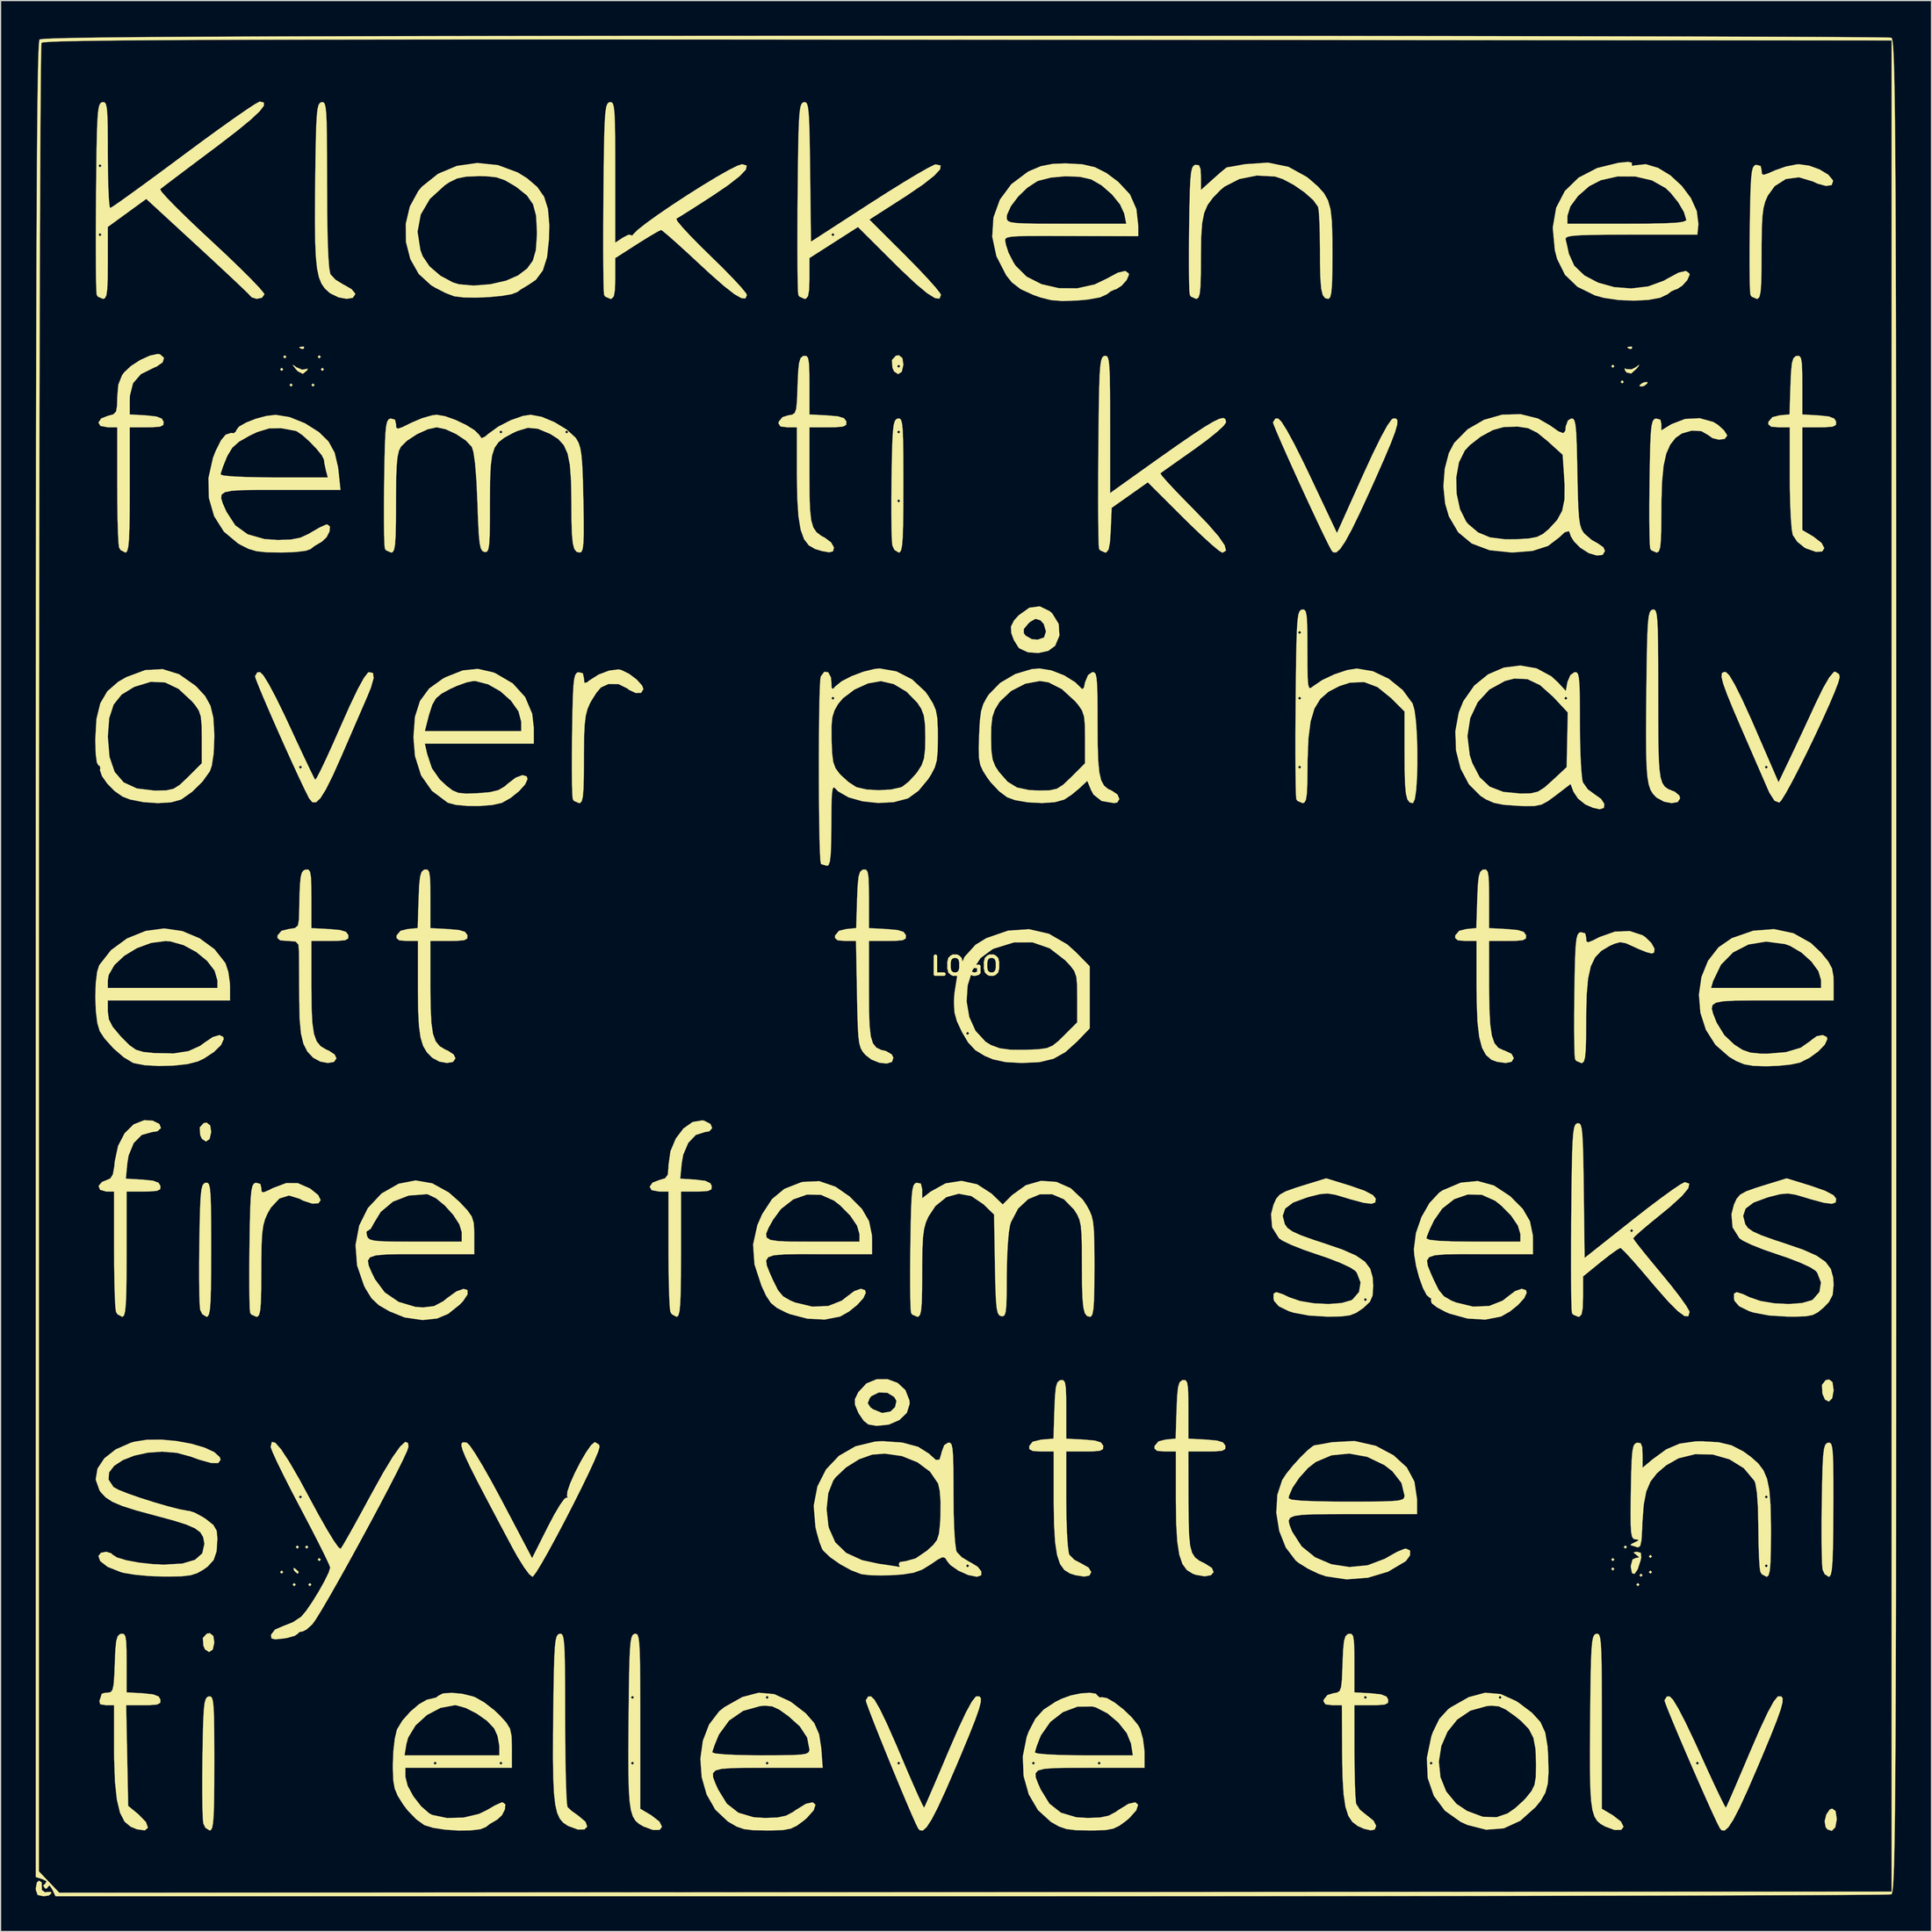
<source format=kicad_pcb>
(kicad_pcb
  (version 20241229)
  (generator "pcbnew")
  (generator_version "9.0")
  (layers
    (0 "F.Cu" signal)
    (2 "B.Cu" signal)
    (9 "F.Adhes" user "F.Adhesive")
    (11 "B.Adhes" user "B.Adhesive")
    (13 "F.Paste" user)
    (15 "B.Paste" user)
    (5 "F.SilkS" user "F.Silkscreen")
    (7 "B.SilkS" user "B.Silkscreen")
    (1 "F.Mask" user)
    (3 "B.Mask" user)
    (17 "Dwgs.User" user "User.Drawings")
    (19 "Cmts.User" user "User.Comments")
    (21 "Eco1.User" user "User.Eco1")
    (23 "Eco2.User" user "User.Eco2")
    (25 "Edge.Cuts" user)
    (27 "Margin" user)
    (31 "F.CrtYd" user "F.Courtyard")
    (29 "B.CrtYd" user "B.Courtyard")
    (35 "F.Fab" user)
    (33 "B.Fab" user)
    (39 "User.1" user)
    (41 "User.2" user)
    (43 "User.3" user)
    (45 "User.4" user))
  (footprint "LOGO"
    (layer "F.Cu")
    (at 79.413 79.413)
    (property "Reference" "LOGO" (at 0 0 0) (layer "F.SilkS") (effects (font (size 1.524 1.524) (thickness 0.3))))
    (attr through_hole)
    (fp_poly (pts (xy -58.286 -50.934) (xy -58.42 -50.8) (xy -58.554 -50.934) (xy -58.42 -51.067) (xy -58.286 -50.934)) (stroke (width 0.01) (type solid)) (fill yes) (layer "F.SilkS"))
    (fp_poly (pts (xy -58.286 51.736) (xy -58.42 51.869) (xy -58.554 51.736) (xy -58.42 51.602) (xy -58.286 51.736)) (stroke (width 0.01) (type solid)) (fill yes) (layer "F.SilkS"))
    (fp_poly (pts (xy -58.019 -52.003) (xy -58.153 -51.869) (xy -58.286 -52.003) (xy -58.153 -52.137) (xy -58.019 -52.003)) (stroke (width 0.01) (type solid)) (fill yes) (layer "F.SilkS"))
    (fp_poly (pts (xy -57.484 -49.597) (xy -57.618 -49.463) (xy -57.752 -49.597) (xy -57.618 -49.731) (xy -57.484 -49.597)) (stroke (width 0.01) (type solid)) (fill yes) (layer "F.SilkS"))
    (fp_poly (pts (xy -57.217 52.805) (xy -57.351 52.939) (xy -57.484 52.805) (xy -57.351 52.672) (xy -57.217 52.805)) (stroke (width 0.01) (type solid)) (fill yes) (layer "F.SilkS"))
    (fp_poly (pts (xy -56.949 49.597) (xy -57.083 49.731) (xy -57.217 49.597) (xy -57.083 49.463) (xy -56.949 49.597)) (stroke (width 0.01) (type solid)) (fill yes) (layer "F.SilkS"))
    (fp_poly (pts (xy -56.147 49.597) (xy -56.281 49.731) (xy -56.415 49.597) (xy -56.281 49.463) (xy -56.147 49.597)) (stroke (width 0.01) (type solid)) (fill yes) (layer "F.SilkS"))
    (fp_poly (pts (xy -55.88 52.805) (xy -56.014 52.939) (xy -56.147 52.805) (xy -56.014 52.672) (xy -55.88 52.805)) (stroke (width 0.01) (type solid)) (fill yes) (layer "F.SilkS"))
    (fp_poly (pts (xy -55.613 -49.597) (xy -55.746 -49.463) (xy -55.88 -49.597) (xy -55.746 -49.731) (xy -55.613 -49.597)) (stroke (width 0.01) (type solid)) (fill yes) (layer "F.SilkS"))
    (fp_poly (pts (xy -55.078 -52.003) (xy -55.212 -51.869) (xy -55.345 -52.003) (xy -55.212 -52.137) (xy -55.078 -52.003)) (stroke (width 0.01) (type solid)) (fill yes) (layer "F.SilkS"))
    (fp_poly (pts (xy -55.078 50.666) (xy -55.212 50.8) (xy -55.345 50.666) (xy -55.212 50.533) (xy -55.078 50.666)) (stroke (width 0.01) (type solid)) (fill yes) (layer "F.SilkS"))
    (fp_poly (pts (xy -54.811 -50.934) (xy -54.944 -50.8) (xy -55.078 -50.934) (xy -54.944 -51.067) (xy -54.811 -50.934)) (stroke (width 0.01) (type solid)) (fill yes) (layer "F.SilkS"))
    (fp_poly (pts (xy 55.345 -51.201) (xy 55.212 -51.067) (xy 55.078 -51.201) (xy 55.212 -51.335) (xy 55.345 -51.201)) (stroke (width 0.01) (type solid)) (fill yes) (layer "F.SilkS"))
    (fp_poly (pts (xy 55.345 50.666) (xy 55.212 50.8) (xy 55.078 50.666) (xy 55.212 50.533) (xy 55.345 50.666)) (stroke (width 0.01) (type solid)) (fill yes) (layer "F.SilkS"))
    (fp_poly (pts (xy 55.345 51.468) (xy 55.212 51.602) (xy 55.078 51.468) (xy 55.212 51.335) (xy 55.345 51.468)) (stroke (width 0.01) (type solid)) (fill yes) (layer "F.SilkS"))
    (fp_poly (pts (xy 56.147 -49.864) (xy 56.014 -49.731) (xy 55.88 -49.864) (xy 56.014 -49.998) (xy 56.147 -49.864)) (stroke (width 0.01) (type solid)) (fill yes) (layer "F.SilkS"))
    (fp_poly (pts (xy 56.415 49.597) (xy 56.281 49.731) (xy 56.147 49.597) (xy 56.281 49.463) (xy 56.415 49.597)) (stroke (width 0.01) (type solid)) (fill yes) (layer "F.SilkS"))
    (fp_poly (pts (xy 57.484 52.805) (xy 57.351 52.939) (xy 57.217 52.805) (xy 57.351 52.672) (xy 57.484 52.805)) (stroke (width 0.01) (type solid)) (fill yes) (layer "F.SilkS"))
    (fp_poly (pts (xy 57.752 52.003) (xy 57.618 52.137) (xy 57.484 52.003) (xy 57.618 51.869) (xy 57.752 52.003)) (stroke (width 0.01) (type solid)) (fill yes) (layer "F.SilkS"))
    (fp_poly (pts (xy 58.554 50.399) (xy 58.42 50.533) (xy 58.286 50.399) (xy 58.42 50.265) (xy 58.554 50.399)) (stroke (width 0.01) (type solid)) (fill yes) (layer "F.SilkS"))
    (fp_poly (pts (xy 58.554 51.736) (xy 58.42 51.869) (xy 58.286 51.736) (xy 58.42 51.602) (xy 58.554 51.736)) (stroke (width 0.01) (type solid)) (fill yes) (layer "F.SilkS"))
    (fp_poly (pts (xy -56.504 -52.85) (xy -56.541 -52.691) (xy -56.682 -52.672) (xy -56.902 -52.769) (xy -56.86 -52.85) (xy -56.543 -52.882) (xy -56.504 -52.85)) (stroke (width 0.01) (type solid)) (fill yes) (layer "F.SilkS"))
    (fp_poly (pts (xy 56.86 -52.85) (xy 56.824 -52.691) (xy 56.682 -52.672) (xy 56.462 -52.769) (xy 56.504 -52.85) (xy 56.821 -52.882) (xy 56.86 -52.85)) (stroke (width 0.01) (type solid)) (fill yes) (layer "F.SilkS"))
    (fp_poly (pts (xy -57.258 51.443) (xy -56.971 51.712) (xy -57.03 51.867) (xy -57.067 51.869) (xy -57.294 51.68) (xy -57.376 51.561) (xy -57.408 51.378) (xy -57.258 51.443)) (stroke (width 0.01) (type solid)) (fill yes) (layer "F.SilkS"))
    (fp_poly (pts (xy 58.151 -49.727) (xy 57.865 -49.506) (xy 57.558 -49.469) (xy 57.484 -49.568) (xy 57.694 -49.74) (xy 57.899 -49.833) (xy 58.175 -49.851) (xy 58.151 -49.727)) (stroke (width 0.01) (type solid)) (fill yes) (layer "F.SilkS"))
    (fp_poly (pts (xy -64.519 13.609) (xy -64.436 14.171) (xy -64.572 14.772) (xy -64.883 14.981) (xy -65.226 14.753) (xy -65.371 14.44) (xy -65.413 13.776) (xy -65.078 13.41) (xy -64.821 13.368) (xy -64.519 13.609)) (stroke (width 0.01) (type solid)) (fill yes) (layer "F.SilkS"))
    (fp_poly (pts (xy -64.252 57.19) (xy -64.168 57.752) (xy -64.304 58.353) (xy -64.616 58.562) (xy -64.958 58.335) (xy -65.103 58.021) (xy -65.146 57.357) (xy -64.81 56.991) (xy -64.554 56.949) (xy -64.252 57.19)) (stroke (width 0.01) (type solid)) (fill yes) (layer "F.SilkS"))
    (fp_poly (pts (xy -57.346 -51.253) (xy -57.162 -51.111) (xy -56.665 -50.905) (xy -56.385 -50.952) (xy -56.19 -50.995) (xy -56.256 -50.841) (xy -56.615 -50.552) (xy -57.049 -50.772) (xy -57.251 -51.001) (xy -57.482 -51.317) (xy -57.346 -51.253)) (stroke (width 0.01) (type solid)) (fill yes) (layer "F.SilkS"))
    (fp_poly (pts (xy 57.397 -51.19) (xy 57.251 -51.001) (xy 56.776 -50.577) (xy 56.391 -50.666) (xy 56.256 -50.841) (xy 56.223 -51.024) (xy 56.385 -50.952) (xy 56.828 -50.938) (xy 57.162 -51.111) (xy 57.468 -51.334) (xy 57.397 -51.19)) (stroke (width 0.01) (type solid)) (fill yes) (layer "F.SilkS"))
    (fp_poly (pts (xy 73.966 35.52) (xy 74.061 36.222) (xy 74.061 36.228) (xy 73.939 36.905) (xy 73.654 37.178) (xy 73.325 37.013) (xy 73.105 36.511) (xy 73.065 35.759) (xy 73.381 35.35) (xy 73.676 35.293) (xy 73.966 35.52)) (stroke (width 0.01) (type solid)) (fill yes) (layer "F.SilkS"))
    (fp_poly (pts (xy 74.227 72.132) (xy 74.328 72.796) (xy 74.328 72.858) (xy 74.205 73.519) (xy 73.905 73.824) (xy 73.532 73.701) (xy 73.383 73.511) (xy 73.293 73.011) (xy 73.436 72.429) (xy 73.729 72.003) (xy 73.932 71.922) (xy 74.227 72.132)) (stroke (width 0.01) (type solid)) (fill yes) (layer "F.SilkS"))
    (fp_poly (pts (xy -78.906 78.222) (xy -78.905 78.272) (xy -78.887 78.877) (xy -78.61 79.077) (xy -78.473 79.044) (xy -78.128 79.039) (xy -78.072 79.149) (xy -78.3 79.344) (xy -78.74 79.408) (xy -79.249 79.298) (xy -79.406 78.863) (xy -79.408 78.74) (xy -79.317 78.238) (xy -79.141 78.072) (xy -78.906 78.222)) (stroke (width 0.01) (type solid)) (fill yes) (layer "F.SilkS"))
    (fp_poly (pts (xy -5.431 -51.896) (xy -5.347 -51.335) (xy -5.483 -50.733) (xy -5.795 -50.525) (xy -6.137 -50.752) (xy -6.282 -51.065) (xy -6.291 -51.201) (xy -5.882 -51.201) (xy -5.748 -51.067) (xy -5.615 -51.201) (xy -5.748 -51.335) (xy -5.882 -51.201) (xy -6.291 -51.201) (xy -6.325 -51.73) (xy -5.989 -52.095) (xy -5.733 -52.137) (xy -5.431 -51.896)) (stroke (width 0.01) (type solid)) (fill yes) (layer "F.SilkS"))
    (fp_poly (pts (xy 57.609 50.1) (xy 57.635 50.498) (xy 57.586 50.733) (xy 57.331 51.509) (xy 57.067 51.887) (xy 56.853 51.835) (xy 56.751 51.319) (xy 56.749 51.201) (xy 56.897 50.653) (xy 57.183 50.529) (xy 57.471 50.486) (xy 57.274 50.303) (xy 57.217 50.265) (xy 56.973 50.058) (xy 57.229 50.003) (xy 57.289 50.002) (xy 57.609 50.1)) (stroke (width 0.01) (type solid)) (fill yes) (layer "F.SilkS"))
    (fp_poly (pts (xy -64.75 18.503) (xy -64.633 18.625) (xy -64.55 18.931) (xy -64.494 19.483) (xy -64.46 20.348) (xy -64.442 21.59) (xy -64.436 23.273) (xy -64.436 24.177) (xy -64.44 26.104) (xy -64.457 27.559) (xy -64.49 28.604) (xy -64.543 29.303) (xy -64.621 29.717) (xy -64.729 29.909) (xy -64.832 29.945) (xy -65.196 29.719) (xy -65.376 29.344) (xy -65.418 28.894) (xy -65.448 28.005) (xy -65.464 26.772) (xy -65.464 25.292) (xy -65.448 23.666) (xy -65.417 21.889) (xy -65.381 20.577) (xy -65.332 19.658) (xy -65.263 19.061) (xy -65.167 18.715) (xy -65.035 18.549) (xy -64.904 18.499) (xy -64.75 18.503)) (stroke (width 0.01) (type solid)) (fill yes) (layer "F.SilkS"))
    (fp_poly (pts (xy -64.482 62.352) (xy -64.366 62.474) (xy -64.283 62.779) (xy -64.226 63.332) (xy -64.192 64.197) (xy -64.175 65.439) (xy -64.169 67.122) (xy -64.168 68.026) (xy -64.173 69.953) (xy -64.19 71.408) (xy -64.222 72.453) (xy -64.276 73.151) (xy -64.354 73.565) (xy -64.462 73.757) (xy -64.564 73.794) (xy -64.929 73.567) (xy -65.108 73.192) (xy -65.151 72.742) (xy -65.181 71.853) (xy -65.196 70.621) (xy -65.196 69.14) (xy -65.18 67.514) (xy -65.15 65.738) (xy -65.114 64.426) (xy -65.065 63.506) (xy -64.996 62.909) (xy -64.899 62.563) (xy -64.767 62.397) (xy -64.636 62.348) (xy -64.482 62.352)) (stroke (width 0.01) (type solid)) (fill yes) (layer "F.SilkS"))
    (fp_poly (pts (xy 73.745 40.695) (xy 73.861 40.817) (xy 73.943 41.123) (xy 73.997 41.676) (xy 74.028 42.541) (xy 74.041 43.783) (xy 74.042 45.467) (xy 74.039 46.369) (xy 74.028 48.312) (xy 74.004 49.78) (xy 73.965 50.835) (xy 73.906 51.535) (xy 73.823 51.943) (xy 73.712 52.118) (xy 73.645 52.137) (xy 73.296 51.91) (xy 73.121 51.535) (xy 73.079 51.085) (xy 73.049 50.196) (xy 73.033 48.964) (xy 73.033 47.483) (xy 73.049 45.857) (xy 73.08 44.081) (xy 73.116 42.768) (xy 73.165 41.849) (xy 73.234 41.251) (xy 73.331 40.905) (xy 73.463 40.74) (xy 73.592 40.691) (xy 73.745 40.695)) (stroke (width 0.01) (type solid)) (fill yes) (layer "F.SilkS"))
    (fp_poly (pts (xy 7.148 -30.288) (xy 7.365 -30.091) (xy 7.909 -29.205) (xy 7.974 -28.209) (xy 7.605 -27.331) (xy 7.019 -26.904) (xy 6.172 -26.718) (xy 5.284 -26.783) (xy 4.575 -27.107) (xy 4.474 -27.205) (xy 4.084 -27.828) (xy 3.87 -28.401) (xy 3.845 -28.762) (xy 4.928 -28.762) (xy 4.932 -28.419) (xy 5.079 -28.208) (xy 5.621 -27.899) (xy 6.127 -27.86) (xy 6.66 -28.049) (xy 6.817 -28.532) (xy 6.818 -28.579) (xy 6.637 -29.198) (xy 6.354 -29.511) (xy 5.927 -29.639) (xy 5.476 -29.382) (xy 5.306 -29.221) (xy 4.928 -28.762) (xy 3.845 -28.762) (xy 3.831 -28.969) (xy 4.094 -29.494) (xy 4.497 -29.939) (xy 5.405 -30.586) (xy 6.293 -30.703) (xy 7.148 -30.288)) (stroke (width 0.01) (type solid)) (fill yes) (layer "F.SilkS"))
    (fp_poly (pts (xy -5.841 35.586) (xy -5.177 36.197) (xy -4.834 37.073) (xy -4.813 37.384) (xy -5.055 38.146) (xy -5.693 38.756) (xy -6.595 39.147) (xy -7.632 39.254) (xy -8.332 39.136) (xy -8.732 38.823) (xy -9.146 38.218) (xy -9.215 38.082) (xy -9.482 37.435) (xy -9.483 37.32) (xy -8.39 37.32) (xy -8.168 37.663) (xy -7.949 37.829) (xy -7.16 38.154) (xy -6.452 38.032) (xy -6.059 37.655) (xy -5.939 37.126) (xy -6.131 36.786) (xy -6.724 36.426) (xy -7.455 36.405) (xy -8.078 36.713) (xy -8.219 36.885) (xy -8.39 37.32) (xy -9.483 37.32) (xy -9.486 36.978) (xy -9.224 36.434) (xy -9.185 36.367) (xy -8.497 35.629) (xy -7.627 35.273) (xy -6.699 35.268) (xy -5.841 35.586)) (stroke (width 0.01) (type solid)) (fill yes) (layer "F.SilkS"))
    (fp_poly (pts (xy 53.945 57.004) (xy 54.053 57.112) (xy 54.134 57.382) (xy 54.193 57.871) (xy 54.233 58.634) (xy 54.258 59.731) (xy 54.27 61.216) (xy 54.275 63.148) (xy 54.276 64.425) (xy 54.276 71.94) (xy 55.212 72.492) (xy 55.909 73.034) (xy 56.128 73.478) (xy 55.925 73.744) (xy 55.356 73.75) (xy 54.548 73.45) (xy 54.171 73.234) (xy 53.872 72.97) (xy 53.643 72.598) (xy 53.476 72.058) (xy 53.363 71.29) (xy 53.294 70.235) (xy 53.262 68.832) (xy 53.257 67.022) (xy 53.272 64.744) (xy 53.275 64.439) (xy 53.296 62.258) (xy 53.321 60.553) (xy 53.352 59.264) (xy 53.395 58.334) (xy 53.453 57.702) (xy 53.53 57.311) (xy 53.632 57.1) (xy 53.761 57.012) (xy 53.808 57) (xy 53.945 57.004)) (stroke (width 0.01) (type solid)) (fill yes) (layer "F.SilkS"))
    (fp_poly (pts (xy 36.704 -46.74) (xy 36.826 -46.579) (xy 36.805 -46.21) (xy 36.625 -45.582) (xy 36.271 -44.646) (xy 35.725 -43.352) (xy 34.974 -41.65) (xy 34.52 -40.64) (xy 33.64 -38.725) (xy 32.933 -37.271) (xy 32.372 -36.24) (xy 31.936 -35.596) (xy 31.6 -35.301) (xy 31.34 -35.318) (xy 31.201 -35.478) (xy 30.941 -35.965) (xy 30.523 -36.814) (xy 29.988 -37.937) (xy 29.373 -39.249) (xy 28.72 -40.663) (xy 28.068 -42.091) (xy 27.456 -43.448) (xy 26.925 -44.645) (xy 26.514 -45.597) (xy 26.262 -46.217) (xy 26.202 -46.411) (xy 26.403 -46.73) (xy 26.645 -46.742) (xy 26.925 -46.465) (xy 27.392 -45.724) (xy 28.028 -44.552) (xy 28.815 -42.979) (xy 29.375 -41.81) (xy 31.664 -36.964) (xy 33.838 -41.81) (xy 34.699 -43.681) (xy 35.409 -45.127) (xy 35.957 -46.127) (xy 36.333 -46.658) (xy 36.455 -46.742) (xy 36.704 -46.74)) (stroke (width 0.01) (type solid)) (fill yes) (layer "F.SilkS"))
    (fp_poly (pts (xy -54.871 -73.739) (xy -54.761 -73.628) (xy -54.679 -73.352) (xy -54.621 -72.851) (xy -54.582 -72.068) (xy -54.559 -70.944) (xy -54.547 -69.421) (xy -54.543 -67.439) (xy -54.543 -66.71) (xy -54.532 -64.257) (xy -54.498 -62.247) (xy -54.443 -60.7) (xy -54.367 -59.64) (xy -54.272 -59.089) (xy -54.254 -59.048) (xy -53.818 -58.583) (xy -53.136 -58.164) (xy -53.051 -58.126) (xy -52.453 -57.779) (xy -52.147 -57.41) (xy -52.137 -57.347) (xy -52.35 -57.038) (xy -52.881 -56.953) (xy -53.569 -57.082) (xy -54.252 -57.414) (xy -54.367 -57.499) (xy -54.733 -57.836) (xy -55.021 -58.25) (xy -55.241 -58.801) (xy -55.398 -59.552) (xy -55.502 -60.564) (xy -55.56 -61.9) (xy -55.58 -63.62) (xy -55.57 -65.788) (xy -55.559 -66.839) (xy -55.532 -68.931) (xy -55.502 -70.55) (xy -55.466 -71.756) (xy -55.417 -72.611) (xy -55.352 -73.176) (xy -55.265 -73.513) (xy -55.151 -73.681) (xy -55.011 -73.743) (xy -54.871 -73.739)) (stroke (width 0.01) (type solid)) (fill yes) (layer "F.SilkS"))
    (fp_poly (pts (xy -34.552 57.004) (xy -34.444 57.114) (xy -34.362 57.388) (xy -34.303 57.883) (xy -34.263 58.657) (xy -34.238 59.769) (xy -34.225 61.275) (xy -34.22 63.233) (xy -34.219 64.216) (xy -34.211 66.147) (xy -34.191 67.906) (xy -34.159 69.423) (xy -34.119 70.623) (xy -34.073 71.436) (xy -34.021 71.79) (xy -34.019 71.795) (xy -33.667 72.123) (xy -33.095 72.531) (xy -33.087 72.536) (xy -32.481 73.053) (xy -32.336 73.465) (xy -32.58 73.706) (xy -33.141 73.711) (xy -33.946 73.414) (xy -34.013 73.378) (xy -34.382 73.129) (xy -34.675 72.788) (xy -34.899 72.296) (xy -35.062 71.595) (xy -35.171 70.627) (xy -35.234 69.335) (xy -35.259 67.659) (xy -35.254 65.541) (xy -35.239 64.038) (xy -35.212 61.923) (xy -35.183 60.283) (xy -35.147 59.056) (xy -35.1 58.181) (xy -35.036 57.599) (xy -34.951 57.249) (xy -34.841 57.07) (xy -34.7 57.002) (xy -34.691 57) (xy -34.552 57.004)) (stroke (width 0.01) (type solid)) (fill yes) (layer "F.SilkS"))
    (fp_poly (pts (xy -5.661 -46.735) (xy -5.545 -46.612) (xy -5.462 -46.307) (xy -5.405 -45.754) (xy -5.371 -44.889) (xy -5.354 -43.648) (xy -5.348 -41.964) (xy -5.347 -41.061) (xy -5.352 -39.134) (xy -5.368 -37.679) (xy -5.401 -36.633) (xy -5.455 -35.935) (xy -5.533 -35.521) (xy -5.641 -35.329) (xy -5.743 -35.293) (xy -6.108 -35.519) (xy -6.287 -35.894) (xy -6.33 -36.344) (xy -6.36 -37.233) (xy -6.375 -38.466) (xy -6.375 -39.704) (xy -5.882 -39.704) (xy -5.748 -39.571) (xy -5.615 -39.704) (xy -5.748 -39.838) (xy -5.882 -39.704) (xy -6.375 -39.704) (xy -6.375 -39.946) (xy -6.359 -41.572) (xy -6.329 -43.348) (xy -6.293 -44.661) (xy -6.244 -45.58) (xy -6.243 -45.586) (xy -5.882 -45.586) (xy -5.748 -45.453) (xy -5.615 -45.586) (xy -5.748 -45.72) (xy -5.882 -45.586) (xy -6.243 -45.586) (xy -6.175 -46.177) (xy -6.078 -46.523) (xy -5.946 -46.689) (xy -5.815 -46.739) (xy -5.661 -46.735)) (stroke (width 0.01) (type solid)) (fill yes) (layer "F.SilkS"))
    (fp_poly (pts (xy 58.759 -30.425) (xy 58.867 -30.316) (xy 58.949 -30.043) (xy 59.008 -29.549) (xy 59.047 -28.776) (xy 59.071 -27.667) (xy 59.084 -26.165) (xy 59.088 -24.21) (xy 59.088 -23.188) (xy 59.09 -20.945) (xy 59.1 -19.175) (xy 59.131 -17.818) (xy 59.191 -16.814) (xy 59.291 -16.102) (xy 59.442 -15.621) (xy 59.653 -15.31) (xy 59.936 -15.109) (xy 60.299 -14.957) (xy 60.492 -14.888) (xy 60.888 -14.555) (xy 60.96 -14.313) (xy 60.749 -13.996) (xy 60.232 -13.905) (xy 59.581 -14.031) (xy 58.969 -14.363) (xy 58.884 -14.437) (xy 58.629 -14.711) (xy 58.428 -15.046) (xy 58.276 -15.503) (xy 58.167 -16.143) (xy 58.096 -17.027) (xy 58.058 -18.217) (xy 58.047 -19.774) (xy 58.057 -21.76) (xy 58.075 -23.525) (xy 58.101 -25.617) (xy 58.13 -27.236) (xy 58.166 -28.442) (xy 58.215 -29.297) (xy 58.28 -29.862) (xy 58.367 -30.199) (xy 58.48 -30.368) (xy 58.621 -30.429) (xy 58.759 -30.425)) (stroke (width 0.01) (type solid)) (fill yes) (layer "F.SilkS"))
    (fp_poly (pts (xy 71.137 -52.077) (xy 71.275 -51.885) (xy 71.351 -51.418) (xy 71.382 -50.58) (xy 71.387 -49.63) (xy 71.387 -47.085) (xy 72.789 -47.004) (xy 73.664 -46.91) (xy 74.124 -46.728) (xy 74.279 -46.455) (xy 74.256 -46.186) (xy 73.981 -46.044) (xy 73.34 -45.992) (xy 72.877 -45.987) (xy 71.387 -45.987) (xy 71.387 -37.217) (xy 72.323 -36.665) (xy 73.031 -36.118) (xy 73.265 -35.667) (xy 73.084 -35.387) (xy 72.549 -35.354) (xy 71.719 -35.645) (xy 71.576 -35.719) (xy 70.953 -36.224) (xy 70.573 -36.796) (xy 70.485 -37.288) (xy 70.411 -38.205) (xy 70.355 -39.438) (xy 70.323 -40.877) (xy 70.318 -41.727) (xy 70.318 -45.987) (xy 69.362 -45.987) (xy 68.722 -46.04) (xy 68.49 -46.24) (xy 68.496 -46.455) (xy 68.832 -46.853) (xy 69.441 -47.006) (xy 70.298 -47.089) (xy 70.375 -49.543) (xy 70.426 -50.723) (xy 70.503 -51.469) (xy 70.628 -51.88) (xy 70.823 -52.059) (xy 70.919 -52.087) (xy 71.137 -52.077)) (stroke (width 0.01) (type solid)) (fill yes) (layer "F.SilkS"))
    (fp_poly (pts (xy 63.785 -46.443) (xy 64.179 -46.204) (xy 64.702 -45.73) (xy 64.964 -45.32) (xy 64.971 -45.269) (xy 64.761 -44.997) (xy 64.273 -44.931) (xy 63.72 -45.064) (xy 63.366 -45.319) (xy 62.77 -45.663) (xy 61.949 -45.704) (xy 61.106 -45.46) (xy 60.569 -45.086) (xy 60.109 -44.499) (xy 59.775 -43.74) (xy 59.549 -42.725) (xy 59.417 -41.373) (xy 59.361 -39.602) (xy 59.357 -38.835) (xy 59.348 -37.376) (xy 59.317 -36.372) (xy 59.254 -35.743) (xy 59.15 -35.412) (xy 58.995 -35.297) (xy 58.946 -35.293) (xy 58.505 -35.485) (xy 58.406 -35.634) (xy 58.369 -35.997) (xy 58.344 -36.806) (xy 58.33 -37.977) (xy 58.33 -39.42) (xy 58.344 -41.05) (xy 58.347 -41.312) (xy 58.376 -43.139) (xy 58.409 -44.499) (xy 58.455 -45.464) (xy 58.519 -46.101) (xy 58.609 -46.48) (xy 58.732 -46.67) (xy 58.888 -46.739) (xy 59.271 -46.642) (xy 59.356 -46.278) (xy 59.356 -45.728) (xy 60.225 -46.258) (xy 61.382 -46.702) (xy 62.635 -46.762) (xy 63.785 -46.443)) (stroke (width 0.01) (type solid)) (fill yes) (layer "F.SilkS"))
    (fp_poly (pts (xy -60.238 18.6) (xy -60.158 18.935) (xy -60.132 19.253) (xy -59.967 19.32) (xy -59.527 19.137) (xy -59.166 18.954) (xy -58.032 18.527) (xy -57.04 18.535) (xy -56.018 18.98) (xy -55.978 19.005) (xy -55.302 19.548) (xy -55.091 19.985) (xy -55.279 20.252) (xy -55.8 20.287) (xy -56.585 20.029) (xy -56.9 19.863) (xy -57.796 19.59) (xy -58.61 19.844) (xy -59.337 20.622) (xy -59.612 21.101) (xy -59.832 21.593) (xy -59.984 22.136) (xy -60.081 22.835) (xy -60.134 23.796) (xy -60.155 25.127) (xy -60.158 26.058) (xy -60.165 27.596) (xy -60.192 28.676) (xy -60.247 29.373) (xy -60.338 29.765) (xy -60.473 29.927) (xy -60.567 29.945) (xy -61.009 29.753) (xy -61.108 29.604) (xy -61.145 29.241) (xy -61.17 28.432) (xy -61.183 27.261) (xy -61.183 25.818) (xy -61.17 24.188) (xy -61.166 23.925) (xy -61.138 22.099) (xy -61.104 20.739) (xy -61.059 19.774) (xy -60.994 19.137) (xy -60.904 18.758) (xy -60.782 18.568) (xy -60.626 18.499) (xy -60.238 18.6)) (stroke (width 0.01) (type solid)) (fill yes) (layer "F.SilkS"))
    (fp_poly (pts (xy -71.905 57.009) (xy -71.767 57.201) (xy -71.691 57.669) (xy -71.66 58.506) (xy -71.655 59.456) (xy -71.655 62.002) (xy -70.254 62.082) (xy -69.378 62.177) (xy -68.919 62.358) (xy -68.763 62.631) (xy -68.786 62.899) (xy -69.058 63.041) (xy -69.694 63.094) (xy -70.183 63.099) (xy -71.692 63.099) (xy -71.606 67.397) (xy -71.521 71.694) (xy -70.65 72.41) (xy -70.004 73.075) (xy -69.834 73.556) (xy -70.098 73.785) (xy -70.756 73.697) (xy -71.307 73.473) (xy -71.824 73.044) (xy -72.214 72.288) (xy -72.486 71.16) (xy -72.652 69.611) (xy -72.721 67.594) (xy -72.724 66.928) (xy -72.724 63.099) (xy -73.421 63.099) (xy -73.914 63.019) (xy -73.977 62.736) (xy -73.956 62.676) (xy -73.814 62.25) (xy -73.794 62.141) (xy -73.569 62.05) (xy -73.269 62.029) (xy -73.02 61.984) (xy -72.859 61.78) (xy -72.761 61.319) (xy -72.702 60.5) (xy -72.667 59.559) (xy -72.617 58.375) (xy -72.54 57.625) (xy -72.416 57.21) (xy -72.223 57.029) (xy -72.123 57) (xy -71.905 57.009)) (stroke (width 0.01) (type solid)) (fill yes) (layer "F.SilkS"))
    (fp_poly (pts (xy -69.43 13.199) (xy -68.857 13.482) (xy -68.724 13.833) (xy -69.026 14.105) (xy -69.469 14.171) (xy -70.359 14.417) (xy -71.05 15.109) (xy -71.487 16.177) (xy -71.592 16.82) (xy -71.72 18.151) (xy -70.286 18.233) (xy -69.401 18.325) (xy -68.931 18.5) (xy -68.763 18.783) (xy -68.786 19.052) (xy -69.061 19.194) (xy -69.702 19.246) (xy -70.165 19.251) (xy -71.655 19.251) (xy -71.655 24.598) (xy -71.661 26.463) (xy -71.681 27.855) (xy -71.721 28.837) (xy -71.784 29.47) (xy -71.874 29.818) (xy -71.997 29.942) (xy -72.027 29.945) (xy -72.435 29.729) (xy -72.562 29.522) (xy -72.614 29.129) (xy -72.659 28.295) (xy -72.694 27.112) (xy -72.717 25.674) (xy -72.724 24.175) (xy -72.724 19.251) (xy -73.393 19.251) (xy -73.924 19.103) (xy -74.047 18.773) (xy -73.756 18.43) (xy -73.424 18.299) (xy -73.045 18.134) (xy -72.829 17.788) (xy -72.707 17.114) (xy -72.666 16.678) (xy -72.384 15.354) (xy -71.823 14.275) (xy -71.054 13.517) (xy -70.15 13.159) (xy -69.43 13.199)) (stroke (width 0.01) (type solid)) (fill yes) (layer "F.SilkS"))
    (fp_poly (pts (xy -28.137 57.004) (xy -28.03 57.112) (xy -27.948 57.382) (xy -27.889 57.871) (xy -27.849 58.634) (xy -27.825 59.731) (xy -27.812 61.216) (xy -27.807 63.148) (xy -27.806 64.425) (xy -27.806 71.94) (xy -26.871 72.492) (xy -26.173 73.034) (xy -25.954 73.478) (xy -26.157 73.744) (xy -26.726 73.75) (xy -27.534 73.45) (xy -27.911 73.234) (xy -28.21 72.97) (xy -28.439 72.598) (xy -28.606 72.058) (xy -28.719 71.29) (xy -28.788 70.235) (xy -28.82 68.832) (xy -28.822 68.045) (xy -28.608 68.045) (xy -28.475 68.179) (xy -28.341 68.045) (xy -28.475 67.912) (xy -28.608 68.045) (xy -28.822 68.045) (xy -28.825 67.022) (xy -28.81 64.744) (xy -28.807 64.439) (xy -28.787 62.431) (xy -28.608 62.431) (xy -28.475 62.564) (xy -28.341 62.431) (xy -28.475 62.297) (xy -28.608 62.431) (xy -28.787 62.431) (xy -28.786 62.258) (xy -28.761 60.553) (xy -28.73 59.264) (xy -28.687 58.334) (xy -28.63 57.702) (xy -28.552 57.311) (xy -28.451 57.1) (xy -28.321 57.012) (xy -28.274 57) (xy -28.137 57.004)) (stroke (width 0.01) (type solid)) (fill yes) (layer "F.SilkS"))
    (fp_poly (pts (xy -22.349 13.205) (xy -21.817 13.479) (xy -21.669 13.834) (xy -21.914 14.109) (xy -22.279 14.171) (xy -23.066 14.419) (xy -23.713 15.101) (xy -24.145 16.119) (xy -24.268 16.82) (xy -24.395 18.149) (xy -23.095 18.232) (xy -22.25 18.338) (xy -21.821 18.547) (xy -21.706 18.783) (xy -21.733 19.062) (xy -22.027 19.203) (xy -22.706 19.249) (xy -22.974 19.251) (xy -24.331 19.251) (xy -24.331 24.598) (xy -24.336 26.463) (xy -24.357 27.855) (xy -24.397 28.837) (xy -24.459 29.47) (xy -24.55 29.818) (xy -24.673 29.942) (xy -24.703 29.945) (xy -25.111 29.729) (xy -25.238 29.522) (xy -25.289 29.129) (xy -25.334 28.295) (xy -25.37 27.112) (xy -25.392 25.674) (xy -25.4 24.175) (xy -25.4 19.251) (xy -26.202 19.251) (xy -26.834 19.134) (xy -27.004 18.843) (xy -26.764 18.493) (xy -26.202 18.275) (xy -25.689 18.12) (xy -25.459 17.815) (xy -25.401 17.186) (xy -25.4 17.011) (xy -25.231 15.815) (xy -24.778 14.734) (xy -24.121 13.867) (xy -23.339 13.314) (xy -22.512 13.175) (xy -22.349 13.205)) (stroke (width 0.01) (type solid)) (fill yes) (layer "F.SilkS"))
    (fp_poly (pts (xy 57.757 -2.624) (xy 57.977 -2.478) (xy 58.496 -1.975) (xy 58.767 -1.488) (xy 58.74 -1.148) (xy 58.524 -1.069) (xy 58.096 -1.18) (xy 57.401 -1.458) (xy 57.046 -1.622) (xy 56.324 -1.946) (xy 55.834 -2.034) (xy 55.334 -1.897) (xy 54.943 -1.719) (xy 54.229 -1.294) (xy 53.701 -0.741) (xy 53.334 0.021) (xy 53.101 1.07) (xy 52.978 2.485) (xy 52.939 4.346) (xy 52.939 4.535) (xy 52.931 6.043) (xy 52.903 7.093) (xy 52.845 7.764) (xy 52.749 8.133) (xy 52.608 8.277) (xy 52.53 8.288) (xy 52.088 8.096) (xy 51.989 7.946) (xy 51.952 7.583) (xy 51.926 6.773) (xy 51.913 5.605) (xy 51.914 4.168) (xy 51.928 2.55) (xy 51.93 2.402) (xy 51.959 0.601) (xy 51.994 -0.734) (xy 52.041 -1.675) (xy 52.107 -2.292) (xy 52.2 -2.654) (xy 52.327 -2.832) (xy 52.471 -2.89) (xy 52.854 -2.793) (xy 52.939 -2.43) (xy 52.96 -2.111) (xy 53.108 -2.026) (xy 53.507 -2.181) (xy 54.073 -2.471) (xy 55.384 -2.935) (xy 56.657 -2.986) (xy 57.757 -2.624)) (stroke (width 0.01) (type solid)) (fill yes) (layer "F.SilkS"))
    (fp_poly (pts (xy 71.991 -68.317) (xy 72.873 -67.993) (xy 73.598 -67.554) (xy 73.992 -67.085) (xy 74.014 -67.011) (xy 73.896 -66.663) (xy 73.419 -66.589) (xy 72.681 -66.79) (xy 72.287 -66.974) (xy 71.106 -67.328) (xy 69.985 -67.182) (xy 69.025 -66.569) (xy 68.437 -65.754) (xy 68.225 -65.268) (xy 68.077 -64.715) (xy 67.984 -63.989) (xy 67.933 -62.986) (xy 67.913 -61.6) (xy 67.912 -60.837) (xy 67.904 -59.299) (xy 67.877 -58.219) (xy 67.822 -57.521) (xy 67.731 -57.13) (xy 67.597 -56.968) (xy 67.502 -56.949) (xy 67.061 -57.141) (xy 66.962 -57.291) (xy 66.925 -57.653) (xy 66.899 -58.463) (xy 66.886 -59.633) (xy 66.886 -61.077) (xy 66.9 -62.707) (xy 66.903 -62.969) (xy 66.932 -64.796) (xy 66.965 -66.156) (xy 67.011 -67.12) (xy 67.075 -67.757) (xy 67.165 -68.136) (xy 67.288 -68.326) (xy 67.444 -68.396) (xy 67.829 -68.297) (xy 67.912 -67.944) (xy 67.934 -67.626) (xy 68.088 -67.538) (xy 68.504 -67.676) (xy 69.048 -67.919) (xy 69.973 -68.244) (xy 70.892 -68.427) (xy 71.124 -68.44) (xy 71.991 -68.317)) (stroke (width 0.01) (type solid)) (fill yes) (layer "F.SilkS"))
    (fp_poly (pts (xy -29.452 -25.28) (xy -28.764 -24.946) (xy -28.108 -24.451) (xy -27.651 -23.939) (xy -27.539 -23.643) (xy -27.731 -23.323) (xy -28.194 -23.302) (xy -28.764 -23.574) (xy -28.913 -23.696) (xy -29.662 -24.065) (xy -30.525 -24.075) (xy -31.167 -23.78) (xy -31.555 -23.323) (xy -31.996 -22.622) (xy -32.104 -22.421) (xy -32.316 -21.927) (xy -32.462 -21.354) (xy -32.554 -20.594) (xy -32.602 -19.539) (xy -32.618 -18.084) (xy -32.619 -17.657) (xy -32.627 -16.149) (xy -32.655 -15.098) (xy -32.713 -14.427) (xy -32.808 -14.059) (xy -32.95 -13.915) (xy -33.028 -13.903) (xy -33.47 -14.095) (xy -33.569 -14.245) (xy -33.606 -14.609) (xy -33.632 -15.419) (xy -33.645 -16.586) (xy -33.644 -18.023) (xy -33.63 -19.641) (xy -33.628 -19.79) (xy -33.599 -21.59) (xy -33.564 -22.926) (xy -33.517 -23.867) (xy -33.451 -24.484) (xy -33.358 -24.846) (xy -33.231 -25.023) (xy -33.087 -25.082) (xy -32.712 -24.992) (xy -32.619 -24.576) (xy -32.575 -24.166) (xy -32.351 -24.217) (xy -32.151 -24.379) (xy -31.37 -24.877) (xy -30.474 -25.215) (xy -29.684 -25.319) (xy -29.452 -25.28)) (stroke (width 0.01) (type solid)) (fill yes) (layer "F.SilkS"))
    (fp_poly (pts (xy 44.4 -8.229) (xy 44.538 -8.037) (xy 44.614 -7.569) (xy 44.645 -6.732) (xy 44.651 -5.781) (xy 44.651 -3.235) (xy 46.185 -3.155) (xy 47.101 -3.071) (xy 47.6 -2.916) (xy 47.799 -2.649) (xy 47.809 -2.607) (xy 47.79 -2.346) (xy 47.531 -2.204) (xy 46.922 -2.147) (xy 46.274 -2.139) (xy 44.651 -2.139) (xy 44.654 1.805) (xy 44.676 3.623) (xy 44.747 4.978) (xy 44.885 5.941) (xy 45.108 6.584) (xy 45.434 6.977) (xy 45.879 7.191) (xy 45.988 7.219) (xy 46.564 7.495) (xy 46.762 7.864) (xy 46.571 8.174) (xy 46.074 8.28) (xy 45.335 8.178) (xy 44.848 7.998) (xy 44.388 7.6) (xy 44.045 6.974) (xy 43.807 6.053) (xy 43.66 4.77) (xy 43.591 3.061) (xy 43.581 1.839) (xy 43.581 -2.139) (xy 42.626 -2.139) (xy 41.985 -2.191) (xy 41.753 -2.391) (xy 41.759 -2.607) (xy 42.095 -3.005) (xy 42.704 -3.158) (xy 43.561 -3.241) (xy 43.638 -5.695) (xy 43.689 -6.875) (xy 43.766 -7.62) (xy 43.891 -8.032) (xy 44.086 -8.211) (xy 44.183 -8.238) (xy 44.4 -8.229)) (stroke (width 0.01) (type solid)) (fill yes) (layer "F.SilkS"))
    (fp_poly (pts (xy 74.524 -24.915) (xy 74.58 -24.665) (xy 74.46 -24.204) (xy 74.145 -23.382) (xy 73.677 -22.284) (xy 73.097 -20.998) (xy 72.447 -19.609) (xy 71.768 -18.203) (xy 71.103 -16.868) (xy 70.492 -15.689) (xy 69.977 -14.752) (xy 69.6 -14.144) (xy 69.417 -13.95) (xy 69.014 -14.113) (xy 68.588 -14.776) (xy 68.476 -15.02) (xy 68.197 -15.662) (xy 67.754 -16.681) (xy 67.625 -16.978) (xy 68.179 -16.978) (xy 68.313 -16.844) (xy 68.446 -16.978) (xy 68.313 -17.112) (xy 68.179 -16.978) (xy 67.625 -16.978) (xy 67.197 -17.962) (xy 66.576 -19.391) (xy 66.205 -20.244) (xy 65.476 -21.94) (xy 64.959 -23.208) (xy 64.636 -24.101) (xy 64.494 -24.678) (xy 64.517 -24.992) (xy 64.69 -25.1) (xy 64.879 -25.085) (xy 65.167 -24.797) (xy 65.627 -24.018) (xy 66.251 -22.764) (xy 67.033 -21.047) (xy 67.34 -20.344) (xy 69.359 -15.689) (xy 70.308 -17.67) (xy 70.84 -18.793) (xy 71.492 -20.184) (xy 72.162 -21.627) (xy 72.514 -22.392) (xy 73.161 -23.723) (xy 73.687 -24.633) (xy 74.068 -25.086) (xy 74.183 -25.133) (xy 74.524 -24.915)) (stroke (width 0.01) (type solid)) (fill yes) (layer "F.SilkS"))
    (fp_poly (pts (xy -68.806 -52.218) (xy -68.464 -51.917) (xy -68.576 -51.533) (xy -69.099 -51.169) (xy -69.304 -51.088) (xy -70.436 -50.525) (xy -71.108 -49.749) (xy -71.377 -48.685) (xy -71.387 -48.361) (xy -71.387 -47.085) (xy -69.986 -47.004) (xy -69.111 -46.91) (xy -68.651 -46.728) (xy -68.496 -46.455) (xy -68.519 -46.186) (xy -68.794 -46.044) (xy -69.435 -45.992) (xy -69.897 -45.987) (xy -71.387 -45.987) (xy -71.387 -40.64) (xy -71.393 -38.775) (xy -71.414 -37.383) (xy -71.453 -36.401) (xy -71.516 -35.768) (xy -71.607 -35.42) (xy -71.729 -35.296) (xy -71.76 -35.293) (xy -72.168 -35.509) (xy -72.295 -35.716) (xy -72.346 -36.109) (xy -72.391 -36.943) (xy -72.427 -38.126) (xy -72.449 -39.564) (xy -72.457 -41.063) (xy -72.457 -45.987) (xy -73.259 -45.987) (xy -73.891 -46.104) (xy -74.061 -46.395) (xy -73.821 -46.745) (xy -73.259 -46.963) (xy -72.791 -47.092) (xy -72.553 -47.334) (xy -72.467 -47.841) (xy -72.457 -48.525) (xy -72.365 -49.62) (xy -72.052 -50.414) (xy -71.876 -50.664) (xy -71.281 -51.224) (xy -70.487 -51.734) (xy -69.67 -52.105) (xy -69.003 -52.248) (xy -68.806 -52.218)) (stroke (width 0.01) (type solid)) (fill yes) (layer "F.SilkS"))
    (fp_poly (pts (xy -31.329 40.854) (xy -31.282 41.044) (xy -31.4 41.454) (xy -31.724 42.23) (xy -32.213 43.289) (xy -32.824 44.548) (xy -33.515 45.927) (xy -34.243 47.343) (xy -34.967 48.714) (xy -35.643 49.958) (xy -36.23 50.993) (xy -36.685 51.738) (xy -36.966 52.11) (xy -37.014 52.137) (xy -37.29 51.914) (xy -37.736 51.313) (xy -38.285 50.432) (xy -38.713 49.664) (xy -39.947 47.345) (xy -40.946 45.455) (xy -41.73 43.951) (xy -42.316 42.791) (xy -42.722 41.932) (xy -42.969 41.332) (xy -43.073 40.948) (xy -43.054 40.738) (xy -42.929 40.659) (xy -42.718 40.668) (xy -42.615 40.687) (xy -42.353 40.947) (xy -41.89 41.625) (xy -41.263 42.662) (xy -40.507 43.997) (xy -39.658 45.571) (xy -39.612 45.659) (xy -37.041 50.544) (xy -35.69 47.851) (xy -35.135 46.802) (xy -34.648 45.983) (xy -34.283 45.481) (xy -34.104 45.373) (xy -33.994 45.396) (xy -34.055 45.264) (xy -34.033 44.873) (xy -33.793 44.171) (xy -33.403 43.291) (xy -32.93 42.366) (xy -32.443 41.527) (xy -32.011 40.909) (xy -31.701 40.642) (xy -31.68 40.64) (xy -31.329 40.854)) (stroke (width 0.01) (type solid)) (fill yes) (layer "F.SilkS"))
    (fp_poly (pts (xy 18.733 35.352) (xy 18.871 35.544) (xy 18.947 36.012) (xy 18.978 36.849) (xy 18.983 37.8) (xy 18.983 40.346) (xy 20.518 40.426) (xy 21.433 40.51) (xy 21.932 40.665) (xy 22.132 40.932) (xy 22.142 40.974) (xy 22.122 41.235) (xy 21.864 41.377) (xy 21.255 41.434) (xy 20.607 41.442) (xy 18.983 41.442) (xy 18.992 45.653) (xy 19.003 47.357) (xy 19.044 48.61) (xy 19.135 49.495) (xy 19.3 50.096) (xy 19.559 50.496) (xy 19.934 50.777) (xy 20.387 50.998) (xy 20.989 51.384) (xy 21.136 51.74) (xy 20.904 52.001) (xy 20.371 52.099) (xy 19.615 51.969) (xy 19.359 51.877) (xy 18.855 51.565) (xy 18.476 51.048) (xy 18.208 50.261) (xy 18.034 49.139) (xy 17.941 47.615) (xy 17.914 45.625) (xy 17.914 45.613) (xy 17.914 41.442) (xy 16.958 41.442) (xy 16.318 41.39) (xy 16.085 41.19) (xy 16.092 40.974) (xy 16.428 40.576) (xy 17.037 40.423) (xy 17.894 40.34) (xy 17.971 37.886) (xy 18.021 36.706) (xy 18.099 35.961) (xy 18.224 35.549) (xy 18.419 35.37) (xy 18.515 35.343) (xy 18.733 35.352)) (stroke (width 0.01) (type solid)) (fill yes) (layer "F.SilkS"))
    (fp_poly (pts (xy -45.97 -8.229) (xy -45.832 -8.037) (xy -45.756 -7.569) (xy -45.725 -6.732) (xy -45.72 -5.781) (xy -45.72 -3.235) (xy -44.185 -3.155) (xy -43.27 -3.071) (xy -42.771 -2.916) (xy -42.571 -2.649) (xy -42.561 -2.607) (xy -42.581 -2.346) (xy -42.84 -2.204) (xy -43.448 -2.147) (xy -44.096 -2.139) (xy -45.72 -2.139) (xy -45.72 1.812) (xy -45.703 3.566) (xy -45.638 4.866) (xy -45.502 5.793) (xy -45.273 6.426) (xy -44.929 6.848) (xy -44.448 7.137) (xy -44.222 7.229) (xy -43.737 7.555) (xy -43.581 7.881) (xy -43.794 8.187) (xy -44.315 8.277) (xy -44.965 8.156) (xy -45.565 7.83) (xy -45.586 7.812) (xy -46.026 7.36) (xy -46.347 6.814) (xy -46.566 6.087) (xy -46.701 5.092) (xy -46.77 3.741) (xy -46.789 1.947) (xy -46.789 1.859) (xy -46.789 -2.139) (xy -47.745 -2.139) (xy -48.385 -2.191) (xy -48.618 -2.391) (xy -48.612 -2.607) (xy -48.276 -3.005) (xy -47.666 -3.158) (xy -46.809 -3.241) (xy -46.732 -5.695) (xy -46.682 -6.875) (xy -46.604 -7.62) (xy -46.479 -8.032) (xy -46.285 -8.211) (xy -46.188 -8.238) (xy -45.97 -8.229)) (stroke (width 0.01) (type solid)) (fill yes) (layer "F.SilkS"))
    (fp_poly (pts (xy -8.538 -8.229) (xy -8.401 -8.037) (xy -8.325 -7.569) (xy -8.294 -6.732) (xy -8.288 -5.781) (xy -8.288 -3.235) (xy -6.754 -3.155) (xy -5.838 -3.071) (xy -5.339 -2.916) (xy -5.139 -2.649) (xy -5.13 -2.607) (xy -5.149 -2.346) (xy -5.408 -2.204) (xy -6.017 -2.147) (xy -6.665 -2.139) (xy -8.288 -2.139) (xy -8.288 2.098) (xy -8.278 3.835) (xy -8.232 5.114) (xy -8.128 6.01) (xy -7.946 6.599) (xy -7.664 6.956) (xy -7.26 7.158) (xy -6.821 7.261) (xy -6.343 7.545) (xy -6.2 7.824) (xy -6.321 8.188) (xy -6.773 8.327) (xy -7.409 8.254) (xy -8.08 7.983) (xy -8.576 7.599) (xy -8.814 7.324) (xy -8.987 7.024) (xy -9.108 6.61) (xy -9.189 5.997) (xy -9.242 5.098) (xy -9.28 3.824) (xy -9.309 2.386) (xy -9.393 -2.139) (xy -10.331 -2.139) (xy -10.964 -2.193) (xy -11.188 -2.399) (xy -11.18 -2.607) (xy -10.844 -3.005) (xy -10.234 -3.158) (xy -9.378 -3.241) (xy -9.301 -5.695) (xy -9.25 -6.875) (xy -9.173 -7.62) (xy -9.048 -8.032) (xy -8.853 -8.211) (xy -8.756 -8.238) (xy -8.538 -8.229)) (stroke (width 0.01) (type solid)) (fill yes) (layer "F.SilkS"))
    (fp_poly (pts (xy 8.306 35.352) (xy 8.444 35.544) (xy 8.519 36.012) (xy 8.551 36.849) (xy 8.556 37.8) (xy 8.556 40.346) (xy 10.091 40.426) (xy 11.006 40.51) (xy 11.505 40.665) (xy 11.705 40.932) (xy 11.714 40.974) (xy 11.695 41.235) (xy 11.436 41.377) (xy 10.828 41.434) (xy 10.18 41.442) (xy 8.556 41.442) (xy 8.556 45.604) (xy 8.572 47.075) (xy 8.617 48.384) (xy 8.684 49.424) (xy 8.769 50.09) (xy 8.818 50.255) (xy 9.248 50.689) (xy 9.887 51.025) (xy 10.463 51.354) (xy 10.688 51.733) (xy 10.537 52.031) (xy 10.093 52.12) (xy 9.347 52.003) (xy 8.878 51.857) (xy 8.394 51.557) (xy 8.031 51.054) (xy 7.773 50.282) (xy 7.605 49.178) (xy 7.515 47.674) (xy 7.486 45.706) (xy 7.486 45.595) (xy 7.486 41.442) (xy 6.397 41.442) (xy 5.699 41.401) (xy 5.41 41.241) (xy 5.397 40.974) (xy 5.685 40.606) (xy 6.415 40.429) (xy 6.476 40.424) (xy 7.467 40.342) (xy 7.543 37.887) (xy 7.594 36.707) (xy 7.671 35.961) (xy 7.796 35.549) (xy 7.991 35.371) (xy 8.088 35.343) (xy 8.306 35.352)) (stroke (width 0.01) (type solid)) (fill yes) (layer "F.SilkS"))
    (fp_poly (pts (xy -13.618 -52.077) (xy -13.481 -51.885) (xy -13.405 -51.418) (xy -13.374 -50.581) (xy -13.368 -49.63) (xy -13.368 -47.084) (xy -11.834 -47.003) (xy -10.918 -46.92) (xy -10.419 -46.765) (xy -10.219 -46.498) (xy -10.21 -46.455) (xy -10.229 -46.195) (xy -10.488 -46.053) (xy -11.097 -45.995) (xy -11.745 -45.987) (xy -13.368 -45.987) (xy -13.368 -41.894) (xy -13.358 -40.192) (xy -13.314 -38.94) (xy -13.215 -38.053) (xy -13.039 -37.445) (xy -12.765 -37.032) (xy -12.372 -36.73) (xy -12.029 -36.545) (xy -11.515 -36.158) (xy -11.275 -35.729) (xy -11.351 -35.403) (xy -11.678 -35.314) (xy -12.296 -35.421) (xy -12.877 -35.596) (xy -13.418 -35.908) (xy -13.826 -36.437) (xy -14.117 -37.246) (xy -14.306 -38.398) (xy -14.407 -39.956) (xy -14.438 -41.982) (xy -14.438 -45.987) (xy -15.26 -45.987) (xy -15.837 -46.057) (xy -16.007 -46.315) (xy -15.993 -46.455) (xy -15.671 -46.854) (xy -15.181 -47.007) (xy -14.84 -47.064) (xy -14.625 -47.21) (xy -14.5 -47.55) (xy -14.433 -48.189) (xy -14.391 -49.234) (xy -14.381 -49.544) (xy -14.33 -50.723) (xy -14.253 -51.469) (xy -14.128 -51.881) (xy -13.933 -52.059) (xy -13.836 -52.087) (xy -13.618 -52.077)) (stroke (width 0.01) (type solid)) (fill yes) (layer "F.SilkS"))
    (fp_poly (pts (xy -50.625 -25.013) (xy -50.567 -24.581) (xy -50.803 -23.756) (xy -51.085 -23.063) (xy -51.387 -22.366) (xy -51.848 -21.301) (xy -52.416 -19.992) (xy -53.036 -18.56) (xy -53.316 -17.914) (xy -54.054 -16.262) (xy -54.643 -15.079) (xy -55.111 -14.328) (xy -55.486 -13.973) (xy -55.797 -13.978) (xy -56.072 -14.308) (xy -56.098 -14.355) (xy -56.477 -15.116) (xy -56.979 -16.176) (xy -57.348 -16.978) (xy -56.949 -16.978) (xy -56.816 -16.844) (xy -56.682 -16.978) (xy -56.816 -17.112) (xy -56.949 -16.978) (xy -57.348 -16.978) (xy -57.565 -17.447) (xy -58.194 -18.839) (xy -58.828 -20.263) (xy -59.428 -21.631) (xy -59.953 -22.852) (xy -60.364 -23.838) (xy -60.623 -24.5) (xy -60.693 -24.738) (xy -60.496 -25.072) (xy -60.258 -25.085) (xy -59.981 -24.808) (xy -59.526 -24.076) (xy -58.916 -22.928) (xy -58.171 -21.405) (xy -57.755 -20.514) (xy -57.093 -19.086) (xy -56.505 -17.831) (xy -56.027 -16.829) (xy -55.698 -16.157) (xy -55.556 -15.896) (xy -55.414 -16.087) (xy -55.098 -16.696) (xy -54.642 -17.652) (xy -54.082 -18.88) (xy -53.453 -20.308) (xy -53.421 -20.381) (xy -52.59 -22.245) (xy -51.914 -23.654) (xy -51.398 -24.591) (xy -51.052 -25.045) (xy -50.976 -25.085) (xy -50.625 -25.013)) (stroke (width 0.01) (type solid)) (fill yes) (layer "F.SilkS"))
    (fp_poly (pts (xy 1.137 62.345) (xy 1.263 62.498) (xy 1.254 62.855) (xy 1.095 63.466) (xy 0.77 64.384) (xy 0.265 65.66) (xy -0.435 67.344) (xy -0.902 68.446) (xy -1.736 70.371) (xy -2.409 71.832) (xy -2.943 72.865) (xy -3.363 73.508) (xy -3.69 73.799) (xy -3.948 73.776) (xy -4.091 73.608) (xy -4.301 73.182) (xy -4.66 72.374) (xy -5.132 71.272) (xy -5.679 69.967) (xy -6.266 68.549) (xy -6.471 68.045) (xy -5.882 68.045) (xy -5.748 68.179) (xy -5.615 68.045) (xy -5.748 67.912) (xy -5.882 68.045) (xy -6.471 68.045) (xy -6.854 67.106) (xy -7.409 65.73) (xy -7.892 64.509) (xy -8.268 63.533) (xy -8.499 62.893) (xy -8.556 62.685) (xy -8.357 62.358) (xy -8.108 62.344) (xy -7.818 62.631) (xy -7.363 63.415) (xy -6.743 64.699) (xy -5.954 66.485) (xy -5.66 67.179) (xy -5.038 68.643) (xy -4.486 69.915) (xy -4.038 70.922) (xy -3.726 71.59) (xy -3.582 71.846) (xy -3.578 71.846) (xy -3.453 71.586) (xy -3.155 70.91) (xy -2.717 69.896) (xy -2.173 68.623) (xy -1.556 67.167) (xy -1.526 67.097) (xy -0.685 65.159) (xy -0.012 63.724) (xy 0.494 62.795) (xy 0.831 62.371) (xy 0.89 62.344) (xy 1.137 62.345)) (stroke (width 0.01) (type solid)) (fill yes) (layer "F.SilkS"))
    (fp_poly (pts (xy 69.583 62.345) (xy 69.709 62.498) (xy 69.7 62.855) (xy 69.541 63.466) (xy 69.216 64.384) (xy 68.711 65.66) (xy 68.011 67.344) (xy 67.544 68.446) (xy 66.71 70.371) (xy 66.038 71.831) (xy 65.503 72.865) (xy 65.084 73.508) (xy 64.757 73.799) (xy 64.498 73.776) (xy 64.355 73.608) (xy 64.123 73.155) (xy 63.736 72.329) (xy 63.233 71.219) (xy 62.653 69.912) (xy 62.033 68.496) (xy 61.838 68.045) (xy 62.297 68.045) (xy 62.431 68.179) (xy 62.564 68.045) (xy 62.431 67.912) (xy 62.297 68.045) (xy 61.838 68.045) (xy 61.413 67.061) (xy 60.829 65.694) (xy 60.321 64.483) (xy 59.926 63.517) (xy 59.683 62.884) (xy 59.623 62.681) (xy 59.823 62.357) (xy 60.063 62.344) (xy 60.345 62.626) (xy 60.804 63.383) (xy 61.427 64.588) (xy 62.201 66.216) (xy 62.642 67.183) (xy 63.303 68.639) (xy 63.89 69.907) (xy 64.368 70.912) (xy 64.703 71.584) (xy 64.859 71.849) (xy 64.865 71.849) (xy 64.991 71.588) (xy 65.29 70.911) (xy 65.729 69.897) (xy 66.274 68.622) (xy 66.891 67.166) (xy 66.92 67.097) (xy 67.761 65.159) (xy 68.434 63.724) (xy 68.94 62.795) (xy 69.277 62.371) (xy 69.336 62.344) (xy 69.583 62.345)) (stroke (width 0.01) (type solid)) (fill yes) (layer "F.SilkS"))
    (fp_poly (pts (xy -56.13 -8.228) (xy -55.992 -8.037) (xy -55.917 -7.57) (xy -55.885 -6.734) (xy -55.88 -5.781) (xy -55.88 -3.235) (xy -54.345 -3.155) (xy -53.43 -3.071) (xy -52.931 -2.916) (xy -52.731 -2.649) (xy -52.721 -2.607) (xy -52.741 -2.346) (xy -53 -2.204) (xy -53.608 -2.147) (xy -54.256 -2.139) (xy -55.88 -2.139) (xy -55.88 1.812) (xy -55.863 3.566) (xy -55.798 4.866) (xy -55.662 5.793) (xy -55.433 6.426) (xy -55.089 6.848) (xy -54.608 7.137) (xy -54.382 7.229) (xy -53.897 7.555) (xy -53.741 7.881) (xy -53.954 8.187) (xy -54.475 8.277) (xy -55.125 8.156) (xy -55.725 7.83) (xy -55.746 7.812) (xy -56.225 7.298) (xy -56.558 6.65) (xy -56.77 5.769) (xy -56.883 4.557) (xy -56.921 2.915) (xy -56.921 2.837) (xy -56.926 1.5) (xy -56.931 0.269) (xy -56.936 -0.703) (xy -56.94 -1.203) (xy -56.987 -1.826) (xy -57.219 -2.085) (xy -57.802 -2.139) (xy -57.905 -2.139) (xy -58.545 -2.191) (xy -58.778 -2.391) (xy -58.772 -2.607) (xy -58.435 -3.005) (xy -57.816 -3.159) (xy -57.29 -3.242) (xy -57.033 -3.461) (xy -56.944 -3.968) (xy -56.929 -4.495) (xy -56.899 -5.961) (xy -56.857 -6.976) (xy -56.789 -7.627) (xy -56.683 -7.999) (xy -56.525 -8.176) (xy -56.348 -8.236) (xy -56.13 -8.228)) (stroke (width 0.01) (type solid)) (fill yes) (layer "F.SilkS"))
    (fp_poly (pts (xy 32.904 57.009) (xy 33.042 57.201) (xy 33.117 57.669) (xy 33.149 58.506) (xy 33.154 59.456) (xy 33.154 62.002) (xy 34.555 62.082) (xy 35.43 62.177) (xy 35.89 62.358) (xy 36.045 62.631) (xy 36.022 62.9) (xy 35.748 63.042) (xy 35.106 63.095) (xy 34.644 63.099) (xy 33.154 63.099) (xy 33.157 67.043) (xy 33.168 68.481) (xy 33.195 69.762) (xy 33.235 70.773) (xy 33.285 71.404) (xy 33.306 71.525) (xy 33.629 72.027) (xy 34.212 72.499) (xy 34.238 72.515) (xy 34.784 72.956) (xy 35.011 73.396) (xy 34.886 73.709) (xy 34.557 73.784) (xy 33.976 73.651) (xy 33.432 73.41) (xy 32.974 73.059) (xy 32.631 72.535) (xy 32.388 71.765) (xy 32.229 70.68) (xy 32.14 69.207) (xy 32.105 67.275) (xy 32.105 67.176) (xy 32.084 63.099) (xy 31.262 63.099) (xy 30.685 63.029) (xy 30.515 62.772) (xy 30.53 62.631) (xy 30.691 62.431) (xy 33.956 62.431) (xy 34.089 62.564) (xy 34.223 62.431) (xy 34.089 62.297) (xy 33.956 62.431) (xy 30.691 62.431) (xy 30.851 62.233) (xy 31.341 62.08) (xy 31.682 62.022) (xy 31.898 61.876) (xy 32.022 61.536) (xy 32.089 60.897) (xy 32.131 59.853) (xy 32.141 59.543) (xy 32.192 58.363) (xy 32.269 57.617) (xy 32.395 57.206) (xy 32.589 57.027) (xy 32.686 57) (xy 32.904 57.009)) (stroke (width 0.01) (type solid)) (fill yes) (layer "F.SilkS"))
    (fp_poly (pts (xy -40.39 -25.074) (xy -40.164 -24.985) (xy -38.69 -24.122) (xy -37.637 -22.959) (xy -37.035 -21.538) (xy -36.897 -20.333) (xy -36.897 -18.983) (xy -46.198 -18.983) (xy -46.001 -18.108) (xy -45.598 -16.889) (xy -44.934 -15.935) (xy -44.336 -15.375) (xy -43.821 -14.986) (xy -43.328 -14.781) (xy -42.674 -14.718) (xy -41.675 -14.753) (xy -41.666 -14.753) (xy -40.614 -14.846) (xy -39.915 -15.018) (xy -39.386 -15.328) (xy -39.097 -15.582) (xy -38.437 -16.084) (xy -37.866 -16.296) (xy -37.502 -16.192) (xy -37.432 -15.958) (xy -37.641 -15.496) (xy -38.17 -14.916) (xy -38.868 -14.354) (xy -39.585 -13.948) (xy -39.655 -13.92) (xy -40.433 -13.746) (xy -41.475 -13.662) (xy -42.585 -13.666) (xy -43.568 -13.758) (xy -44.229 -13.937) (xy -44.249 -13.948) (xy -45.591 -14.954) (xy -46.516 -16.271) (xy -47.037 -17.921) (xy -47.17 -19.518) (xy -47.131 -20.053) (xy -46.198 -20.053) (xy -37.966 -20.053) (xy -37.966 -20.845) (xy -38.206 -21.744) (xy -38.842 -22.649) (xy -39.748 -23.453) (xy -40.795 -24.047) (xy -41.859 -24.323) (xy -42.049 -24.331) (xy -42.634 -24.213) (xy -43.464 -23.913) (xy -44.035 -23.652) (xy -44.771 -23.253) (xy -45.245 -22.856) (xy -45.565 -22.307) (xy -45.837 -21.458) (xy -45.977 -20.922) (xy -46.198 -20.053) (xy -47.131 -20.053) (xy -47.042 -21.263) (xy -46.611 -22.623) (xy -45.833 -23.683) (xy -44.663 -24.527) (xy -44.402 -24.665) (xy -42.966 -25.233) (xy -41.677 -25.366) (xy -40.39 -25.074)) (stroke (width 0.01) (type solid)) (fill yes) (layer "F.SilkS"))
    (fp_poly (pts (xy -39.961 -68.369) (xy -38.274 -67.743) (xy -37.48 -67.253) (xy -36.6 -66.5) (xy -36.017 -65.665) (xy -35.69 -64.631) (xy -35.575 -63.279) (xy -35.598 -62.086) (xy -35.765 -60.516) (xy -36.128 -59.373) (xy -36.723 -58.574) (xy -37.362 -58.142) (xy -37.994 -57.764) (xy -38.306 -57.535) (xy -38.783 -57.353) (xy -39.636 -57.205) (xy -40.707 -57.102) (xy -41.838 -57.054) (xy -42.872 -57.071) (xy -43.649 -57.164) (xy -43.715 -57.18) (xy -44.428 -57.453) (xy -45.299 -57.898) (xy -45.668 -58.119) (xy -46.719 -59.08) (xy -47.436 -60.35) (xy -47.809 -61.81) (xy -47.818 -62.685) (xy -46.821 -62.685) (xy -46.578 -61.118) (xy -46.385 -60.593) (xy -45.796 -59.724) (xy -44.87 -58.927) (xy -43.8 -58.352) (xy -43.291 -58.197) (xy -42.03 -58.085) (xy -40.613 -58.198) (xy -39.267 -58.502) (xy -38.236 -58.953) (xy -37.464 -59.54) (xy -36.978 -60.213) (xy -36.72 -61.107) (xy -36.632 -62.359) (xy -36.629 -62.703) (xy -36.699 -64.048) (xy -36.958 -65.022) (xy -37.481 -65.779) (xy -38.343 -66.471) (xy -38.547 -66.604) (xy -39.362 -67.077) (xy -40.082 -67.327) (xy -40.951 -67.419) (xy -41.623 -67.427) (xy -42.69 -67.383) (xy -43.446 -67.229) (xy -44.114 -66.902) (xy -44.49 -66.651) (xy -45.767 -65.486) (xy -46.547 -64.153) (xy -46.821 -62.685) (xy -47.818 -62.685) (xy -47.826 -63.345) (xy -47.477 -64.835) (xy -46.751 -66.163) (xy -46.443 -66.53) (xy -45.075 -67.623) (xy -43.467 -68.3) (xy -41.728 -68.551) (xy -39.961 -68.369)) (stroke (width 0.01) (type solid)) (fill yes) (layer "F.SilkS"))
    (fp_poly (pts (xy -13.691 -73.735) (xy -13.575 -73.606) (xy -13.489 -73.293) (xy -13.426 -72.731) (xy -13.381 -71.858) (xy -13.347 -70.61) (xy -13.32 -68.924) (xy -13.307 -67.832) (xy -13.235 -61.834) (xy -12.313 -62.431) (xy -11.497 -62.431) (xy -11.363 -62.297) (xy -11.229 -62.431) (xy -11.363 -62.564) (xy -11.497 -62.431) (xy -12.313 -62.431) (xy -8.155 -65.124) (xy -6.667 -66.074) (xy -5.308 -66.918) (xy -4.148 -67.614) (xy -3.259 -68.12) (xy -2.71 -68.394) (xy -2.587 -68.43) (xy -2.166 -68.334) (xy -2.212 -68.009) (xy -2.714 -67.467) (xy -3.662 -66.719) (xy -5.044 -65.777) (xy -5.26 -65.637) (xy -8.248 -63.719) (xy -5.194 -60.673) (xy -4.16 -59.622) (xy -3.276 -58.685) (xy -2.606 -57.934) (xy -2.214 -57.438) (xy -2.139 -57.288) (xy -2.265 -56.97) (xy -2.653 -57.016) (xy -3.321 -57.435) (xy -4.287 -58.241) (xy -5.567 -59.445) (xy -6.145 -60.016) (xy -9.224 -63.082) (xy -11.296 -61.757) (xy -13.368 -60.432) (xy -13.368 -58.691) (xy -13.394 -57.719) (xy -13.487 -57.179) (xy -13.672 -56.966) (xy -13.778 -56.949) (xy -14.218 -57.139) (xy -14.317 -57.287) (xy -14.347 -57.63) (xy -14.37 -58.44) (xy -14.385 -59.645) (xy -14.393 -61.179) (xy -14.391 -62.97) (xy -14.381 -64.951) (xy -14.375 -65.638) (xy -14.353 -67.927) (xy -14.328 -69.738) (xy -14.298 -71.127) (xy -14.259 -72.15) (xy -14.206 -72.863) (xy -14.137 -73.324) (xy -14.047 -73.587) (xy -13.932 -73.71) (xy -13.841 -73.742) (xy -13.691 -73.735)) (stroke (width 0.01) (type solid)) (fill yes) (layer "F.SilkS"))
    (fp_poly (pts (xy -67.179 -24.908) (xy -65.804 -23.944) (xy -65.682 -23.832) (xy -64.956 -23.048) (xy -64.498 -22.224) (xy -64.254 -21.208) (xy -64.17 -19.848) (xy -64.168 -19.518) (xy -64.224 -18.15) (xy -64.382 -17.106) (xy -64.546 -16.63) (xy -65.174 -15.75) (xy -66.062 -14.874) (xy -66.981 -14.226) (xy -67.025 -14.203) (xy -67.858 -13.973) (xy -68.993 -13.905) (xy -70.227 -13.989) (xy -71.356 -14.214) (xy -72 -14.462) (xy -72.683 -14.94) (xy -73.303 -15.569) (xy -73.756 -16.212) (xy -73.935 -16.734) (xy -73.898 -16.892) (xy -73.96 -17.099) (xy -74.045 -17.112) (xy -74.194 -17.368) (xy -74.291 -18.097) (xy -74.328 -19.24) (xy -74.328 -19.328) (xy -74.315 -19.571) (xy -73.258 -19.571) (xy -73.117 -17.855) (xy -72.676 -16.567) (xy -71.907 -15.678) (xy -70.782 -15.157) (xy -69.275 -14.975) (xy -69.146 -14.974) (xy -68.248 -14.998) (xy -67.641 -15.135) (xy -67.108 -15.475) (xy -66.435 -16.112) (xy -66.406 -16.141) (xy -65.238 -17.309) (xy -65.238 -19.473) (xy -65.252 -20.571) (xy -65.322 -21.296) (xy -65.493 -21.812) (xy -65.809 -22.279) (xy -66.08 -22.597) (xy -67.22 -23.658) (xy -68.367 -24.207) (xy -69.594 -24.261) (xy -70.974 -23.839) (xy -71.048 -23.805) (xy -72.083 -23.17) (xy -72.764 -22.319) (xy -73.14 -21.161) (xy -73.258 -19.603) (xy -73.258 -19.571) (xy -74.315 -19.571) (xy -74.23 -21.08) (xy -73.903 -22.424) (xy -73.301 -23.453) (xy -72.377 -24.26) (xy -71.674 -24.665) (xy -70.068 -25.262) (xy -68.585 -25.345) (xy -67.179 -24.908)) (stroke (width 0.01) (type solid)) (fill yes) (layer "F.SilkS"))
    (fp_poly (pts (xy -66.9 -2.983) (xy -65.421 -2.363) (xy -64.153 -1.434) (xy -63.245 -0.282) (xy -63.209 -0.214) (xy -62.971 0.513) (xy -62.841 1.444) (xy -62.832 1.725) (xy -62.832 2.941) (xy -73.259 2.941) (xy -73.259 3.892) (xy -73.171 4.551) (xy -72.847 5.187) (xy -72.2 5.963) (xy -72.092 6.078) (xy -71.407 6.765) (xy -70.855 7.149) (xy -70.219 7.337) (xy -69.294 7.431) (xy -67.64 7.461) (xy -66.37 7.263) (xy -65.376 6.814) (xy -65.007 6.54) (xy -64.298 6.063) (xy -63.728 5.894) (xy -63.404 6.055) (xy -63.366 6.237) (xy -63.595 6.745) (xy -64.195 7.332) (xy -65.037 7.887) (xy -65.567 8.142) (xy -66.44 8.368) (xy -67.622 8.5) (xy -68.914 8.535) (xy -70.114 8.467) (xy -71.022 8.292) (xy -71.12 8.257) (xy -71.902 7.788) (xy -72.772 7.035) (xy -73.544 6.176) (xy -73.95 5.561) (xy -74.155 4.869) (xy -74.281 3.839) (xy -74.326 2.649) (xy -74.29 1.476) (xy -74.258 1.212) (xy -73.259 1.212) (xy -73.259 1.872) (xy -63.901 1.872) (xy -63.901 1.224) (xy -64.143 0.396) (xy -64.787 -0.443) (xy -65.712 -1.2) (xy -66.795 -1.784) (xy -67.915 -2.101) (xy -68.332 -2.133) (xy -69.564 -1.973) (xy -70.78 -1.525) (xy -71.864 -0.868) (xy -72.704 -0.079) (xy -73.187 0.767) (xy -73.259 1.212) (xy -74.258 1.212) (xy -74.172 0.497) (xy -73.994 -0.07) (xy -72.987 -1.354) (xy -71.62 -2.355) (xy -70.026 -2.998) (xy -68.442 -3.208) (xy -66.9 -2.983)) (stroke (width 0.01) (type solid)) (fill yes) (layer "F.SilkS"))
    (fp_poly (pts (xy 70.631 -2.798) (xy 72.116 -1.966) (xy 72.986 -1.146) (xy 73.601 -0.396) (xy 73.923 0.206) (xy 74.046 0.887) (xy 74.061 1.508) (xy 74.061 2.941) (xy 68.847 2.941) (xy 66.99 2.941) (xy 65.608 2.955) (xy 64.642 3.008) (xy 64.035 3.122) (xy 63.727 3.321) (xy 63.658 3.629) (xy 63.771 4.068) (xy 64.005 4.662) (xy 64.075 4.834) (xy 64.729 5.901) (xy 65.585 6.711) (xy 66.29 7.159) (xy 66.965 7.394) (xy 67.841 7.48) (xy 68.361 7.486) (xy 69.979 7.354) (xy 71.257 6.973) (xy 72.119 6.367) (xy 72.155 6.325) (xy 72.619 5.989) (xy 73.126 5.894) (xy 73.474 6.055) (xy 73.526 6.233) (xy 73.308 6.712) (xy 72.751 7.288) (xy 72.002 7.835) (xy 71.21 8.23) (xy 71.147 8.252) (xy 70.409 8.408) (xy 69.369 8.517) (xy 68.325 8.556) (xy 67.226 8.525) (xy 66.441 8.394) (xy 65.748 8.109) (xy 65.143 7.751) (xy 63.976 6.731) (xy 63.158 5.441) (xy 62.688 3.979) (xy 62.563 2.445) (xy 62.645 1.872) (xy 63.598 1.872) (xy 72.992 1.872) (xy 72.992 1.204) (xy 72.763 0.439) (xy 72.162 -0.388) (xy 71.316 -1.149) (xy 70.353 -1.715) (xy 69.917 -1.872) (xy 68.296 -2.086) (xy 66.789 -1.836) (xy 65.477 -1.164) (xy 64.445 -0.113) (xy 63.777 1.27) (xy 63.598 1.872) (xy 62.645 1.872) (xy 62.78 0.938) (xy 63.338 -0.442) (xy 64.234 -1.596) (xy 65.372 -2.381) (xy 67.202 -3.015) (xy 68.974 -3.151) (xy 70.631 -2.798)) (stroke (width 0.01) (type solid)) (fill yes) (layer "F.SilkS"))
    (fp_poly (pts (xy -11.137 18.842) (xy -9.938 19.675) (xy -8.888 20.732) (xy -8.278 21.782) (xy -8.034 22.969) (xy -8.021 23.381) (xy -8.021 24.598) (xy -12.566 24.598) (xy -14.302 24.597) (xy -15.561 24.618) (xy -16.403 24.693) (xy -16.884 24.855) (xy -17.065 25.137) (xy -17.003 25.573) (xy -16.756 26.195) (xy -16.48 26.812) (xy -16.054 27.67) (xy -15.619 28.192) (xy -15.002 28.553) (xy -14.583 28.724) (xy -13.119 29.077) (xy -11.754 29.018) (xy -10.6 28.56) (xy -10.192 28.238) (xy -9.543 27.75) (xy -8.979 27.551) (xy -8.621 27.665) (xy -8.556 27.89) (xy -8.765 28.352) (xy -9.294 28.933) (xy -9.992 29.495) (xy -10.709 29.9) (xy -10.779 29.928) (xy -12.063 30.18) (xy -13.55 30.103) (xy -15.032 29.716) (xy -15.389 29.567) (xy -16.152 29.178) (xy -16.661 28.759) (xy -17.065 28.145) (xy -17.461 27.292) (xy -18.059 25.462) (xy -18.176 23.77) (xy -17.971 22.843) (xy -17.061 22.843) (xy -17.028 23.175) (xy -16.701 23.378) (xy -16.021 23.483) (xy -14.931 23.523) (xy -13.372 23.528) (xy -13.101 23.528) (xy -9.091 23.528) (xy -9.091 22.881) (xy -9.307 22.156) (xy -9.89 21.298) (xy -10.741 20.438) (xy -11.269 20.025) (xy -12.381 19.532) (xy -13.575 19.509) (xy -14.748 19.921) (xy -15.796 20.738) (xy -16.475 21.661) (xy -16.857 22.349) (xy -17.061 22.843) (xy -17.971 22.843) (xy -17.811 22.118) (xy -17.4 21.181) (xy -16.556 19.89) (xy -15.506 19.023) (xy -14.119 18.477) (xy -13.903 18.423) (xy -12.527 18.366) (xy -11.137 18.842)) (stroke (width 0.01) (type solid)) (fill yes) (layer "F.SilkS"))
    (fp_poly (pts (xy 7.079 -2.75) (xy 8.636 -1.848) (xy 9.373 -1.187) (xy 10.561 0.023) (xy 10.561 5.322) (xy 9.492 6.435) (xy 8.482 7.348) (xy 7.469 7.915) (xy 6.281 8.203) (xy 4.754 8.277) (xy 3.384 8.203) (xy 2.316 7.969) (xy 1.604 7.676) (xy 0.787 7.177) (xy 0.175 6.518) (xy -0.277 5.748) (xy 0 5.748) (xy 0.134 5.882) (xy 0.267 5.748) (xy 0.134 5.615) (xy 0 5.748) (xy -0.277 5.748) (xy -0.356 5.615) (xy -0.78 4.706) (xy -0.988 3.945) (xy -1.03 3.074) (xy -1.027 3.019) (xy 0.051 3.019) (xy 0.275 4.35) (xy 0.813 5.536) (xy 1.666 6.46) (xy 2.139 6.752) (xy 2.885 7.023) (xy 3.832 7.149) (xy 5.142 7.151) (xy 5.145 7.151) (xy 6.199 7.104) (xy 6.893 7.006) (xy 7.4 6.791) (xy 7.893 6.395) (xy 8.353 5.943) (xy 9.492 4.805) (xy 9.492 2.683) (xy 9.481 1.615) (xy 9.415 0.916) (xy 9.239 0.421) (xy 8.899 -0.034) (xy 8.461 -0.495) (xy 7.139 -1.515) (xy 5.674 -2.022) (xy 4.083 -2.014) (xy 2.382 -1.487) (xy 2.253 -1.428) (xy 1.241 -0.682) (xy 0.535 0.386) (xy 0.138 1.658) (xy 0.051 3.019) (xy -1.027 3.019) (xy -0.995 2.372) (xy -0.717 0.595) (xy -0.404 -0.134) (xy 0 -0.134) (xy 0.134 0) (xy 0.267 -0.134) (xy 0.134 -0.267) (xy 0 -0.134) (xy -0.404 -0.134) (xy -0.125 -0.782) (xy 0.812 -1.813) (xy 1.738 -2.381) (xy 3.595 -3.022) (xy 5.386 -3.143) (xy 7.079 -2.75)) (stroke (width 0.01) (type solid)) (fill yes) (layer "F.SilkS"))
    (fp_poly (pts (xy 11.984 -52.082) (xy 12.099 -51.961) (xy 12.182 -51.659) (xy 12.239 -51.112) (xy 12.274 -50.257) (xy 12.292 -49.029) (xy 12.298 -47.363) (xy 12.299 -46.275) (xy 12.299 -40.374) (xy 14.237 -41.76) (xy 16.313 -43.24) (xy 17.998 -44.427) (xy 19.331 -45.345) (xy 20.353 -46.016) (xy 21.103 -46.464) (xy 21.622 -46.712) (xy 21.949 -46.785) (xy 22.124 -46.704) (xy 22.188 -46.493) (xy 22.192 -46.4) (xy 21.984 -46.106) (xy 21.417 -45.585) (xy 20.575 -44.909) (xy 19.542 -44.149) (xy 19.451 -44.084) (xy 18.4 -43.344) (xy 17.515 -42.719) (xy 16.885 -42.271) (xy 16.597 -42.063) (xy 16.59 -42.058) (xy 16.726 -41.846) (xy 17.181 -41.325) (xy 17.892 -40.563) (xy 18.798 -39.627) (xy 19.331 -39.089) (xy 20.654 -37.717) (xy 21.567 -36.664) (xy 22.077 -35.917) (xy 22.192 -35.465) (xy 21.923 -35.295) (xy 21.862 -35.293) (xy 21.568 -35.473) (xy 20.973 -35.971) (xy 20.147 -36.722) (xy 19.163 -37.661) (xy 18.525 -38.291) (xy 15.518 -41.289) (xy 13.975 -40.2) (xy 12.433 -39.11) (xy 12.354 -37.201) (xy 12.285 -36.16) (xy 12.169 -35.561) (xy 11.983 -35.314) (xy 11.878 -35.293) (xy 11.446 -35.485) (xy 11.355 -35.627) (xy 11.325 -35.97) (xy 11.303 -36.778) (xy 11.288 -37.984) (xy 11.28 -39.516) (xy 11.281 -41.308) (xy 11.291 -43.288) (xy 11.296 -43.979) (xy 11.317 -46.267) (xy 11.341 -48.077) (xy 11.37 -49.465) (xy 11.408 -50.488) (xy 11.46 -51.201) (xy 11.529 -51.662) (xy 11.619 -51.927) (xy 11.733 -52.051) (xy 11.831 -52.086) (xy 11.984 -52.082)) (stroke (width 0.01) (type solid)) (fill yes) (layer "F.SilkS"))
    (fp_poly (pts (xy 72.12 18.761) (xy 73.332 19.185) (xy 74.043 19.558) (xy 74.279 19.86) (xy 74.237 20.181) (xy 73.907 20.298) (xy 73.226 20.21) (xy 72.133 19.916) (xy 71.745 19.796) (xy 70.821 19.524) (xy 70.159 19.417) (xy 69.519 19.472) (xy 68.66 19.685) (xy 68.421 19.752) (xy 67.235 20.187) (xy 66.55 20.7) (xy 66.334 21.331) (xy 66.519 22.042) (xy 66.747 22.362) (xy 67.177 22.664) (xy 67.898 22.989) (xy 68.997 23.382) (xy 69.836 23.656) (xy 71.445 24.21) (xy 72.598 24.722) (xy 73.366 25.251) (xy 73.818 25.856) (xy 74.024 26.597) (xy 74.06 27.22) (xy 73.98 28.068) (xy 73.655 28.691) (xy 73.199 29.158) (xy 72.728 29.553) (xy 72.28 29.787) (xy 71.697 29.899) (xy 70.821 29.932) (xy 70.191 29.931) (xy 68.557 29.833) (xy 67.214 29.579) (xy 66.842 29.456) (xy 65.999 29.042) (xy 65.603 28.588) (xy 65.554 28.401) (xy 65.557 27.964) (xy 65.795 27.839) (xy 66.349 28.017) (xy 66.868 28.267) (xy 67.815 28.594) (xy 68.999 28.791) (xy 70.241 28.851) (xy 71.362 28.767) (xy 72.184 28.533) (xy 72.29 28.472) (xy 72.852 27.825) (xy 72.983 27.009) (xy 72.666 26.191) (xy 72.524 26.015) (xy 72.082 25.724) (xy 71.256 25.341) (xy 70.176 24.922) (xy 69.289 24.623) (xy 68.1 24.214) (xy 67.065 23.802) (xy 66.314 23.441) (xy 66.021 23.242) (xy 65.436 22.307) (xy 65.341 21.19) (xy 65.549 20.381) (xy 65.776 19.876) (xy 66.076 19.524) (xy 66.576 19.241) (xy 67.401 18.943) (xy 67.987 18.759) (xy 70.051 18.122) (xy 72.12 18.761)) (stroke (width 0.01) (type solid)) (fill yes) (layer "F.SilkS"))
    (fp_poly (pts (xy 45.636 62.147) (xy 46.953 62.743) (xy 47.209 62.912) (xy 48.316 63.749) (xy 49.029 64.533) (xy 49.44 65.429) (xy 49.639 66.601) (xy 49.691 67.397) (xy 49.726 68.79) (xy 49.66 69.795) (xy 49.457 70.558) (xy 49.083 71.22) (xy 48.616 71.799) (xy 47.309 72.967) (xy 45.902 73.61) (xy 44.397 73.728) (xy 42.795 73.319) (xy 42.225 73.058) (xy 40.877 72.101) (xy 39.934 70.834) (xy 39.414 69.317) (xy 39.357 68.045) (xy 39.571 68.045) (xy 39.704 68.179) (xy 39.838 68.045) (xy 39.705 67.912) (xy 40.363 67.912) (xy 40.498 69.236) (xy 40.991 70.467) (xy 41.859 71.514) (xy 42.77 72.123) (xy 44.105 72.622) (xy 45.277 72.663) (xy 46.228 72.337) (xy 46.873 71.89) (xy 47.591 71.236) (xy 47.819 70.991) (xy 48.273 70.424) (xy 48.526 69.903) (xy 48.636 69.235) (xy 48.661 68.231) (xy 48.661 68.187) (xy 48.615 66.846) (xy 48.432 65.879) (xy 48.045 65.132) (xy 47.387 64.449) (xy 46.872 64.034) (xy 46.083 63.473) (xy 45.484 63.199) (xy 44.87 63.141) (xy 44.447 63.175) (xy 43.054 63.562) (xy 41.932 64.322) (xy 41.098 65.362) (xy 40.569 66.59) (xy 40.363 67.912) (xy 39.705 67.912) (xy 39.704 67.912) (xy 39.571 68.045) (xy 39.357 68.045) (xy 39.337 67.608) (xy 39.721 65.768) (xy 39.845 65.413) (xy 40.408 64.26) (xy 41.145 63.455) (xy 41.383 63.279) (xy 42.88 62.431) (xy 45.453 62.431) (xy 45.586 62.564) (xy 45.72 62.431) (xy 45.586 62.297) (xy 45.453 62.431) (xy 42.88 62.431) (xy 42.915 62.411) (xy 44.311 62.035) (xy 45.636 62.147)) (stroke (width 0.01) (type solid)) (fill yes) (layer "F.SilkS"))
    (fp_poly (pts (xy -45.56 18.552) (xy -44.152 19.33) (xy -43.247 20.129) (xy -42.569 20.847) (xy -42.189 21.386) (xy -42.021 21.941) (xy -41.978 22.705) (xy -41.977 23.012) (xy -41.977 24.598) (xy -46.522 24.598) (xy -48.271 24.599) (xy -49.543 24.624) (xy -50.393 24.704) (xy -50.88 24.869) (xy -51.059 25.15) (xy -50.989 25.579) (xy -50.725 26.186) (xy -50.455 26.737) (xy -49.619 27.862) (xy -48.43 28.672) (xy -47.008 29.097) (xy -46.341 29.143) (xy -45.405 29.029) (xy -44.618 28.61) (xy -44.29 28.341) (xy -43.501 27.775) (xy -42.899 27.56) (xy -42.557 27.655) (xy -42.546 28.02) (xy -42.94 28.615) (xy -43.247 28.927) (xy -44.21 29.693) (xy -45.152 30.089) (xy -46.313 30.212) (xy -46.457 30.213) (xy -47.921 30) (xy -49.215 29.477) (xy -50.128 28.949) (xy -50.74 28.373) (xy -51.255 27.544) (xy -51.393 27.272) (xy -51.983 25.554) (xy -52.112 23.816) (xy -51.9 22.691) (xy -51.186 22.691) (xy -51.145 22.993) (xy -51.061 23.2) (xy -50.878 23.345) (xy -50.516 23.44) (xy -49.89 23.495) (xy -48.919 23.521) (xy -47.52 23.528) (xy -47.026 23.528) (xy -43.046 23.528) (xy -43.046 22.719) (xy -43.252 22.042) (xy -43.778 21.236) (xy -44.491 20.445) (xy -45.257 19.816) (xy -45.941 19.492) (xy -46.047 19.478) (xy -47.581 19.593) (xy -48.92 20.114) (xy -49.966 20.99) (xy -50.529 21.916) (xy -50.811 22.426) (xy -51.055 22.597) (xy -51.073 22.589) (xy -51.186 22.691) (xy -51.9 22.691) (xy -51.799 22.154) (xy -51.062 20.665) (xy -49.92 19.446) (xy -49.856 19.396) (xy -48.429 18.583) (xy -46.991 18.303) (xy -45.56 18.552)) (stroke (width 0.01) (type solid)) (fill yes) (layer "F.SilkS"))
    (fp_poly (pts (xy 27.526 -68.22) (xy 29.081 -67.362) (xy 29.309 -67.181) (xy 30.025 -66.558) (xy 30.543 -65.989) (xy 30.895 -65.37) (xy 31.114 -64.602) (xy 31.23 -63.581) (xy 31.275 -62.207) (xy 31.282 -60.84) (xy 31.273 -59.278) (xy 31.241 -58.179) (xy 31.18 -57.473) (xy 31.083 -57.088) (xy 30.943 -56.953) (xy 30.91 -56.949) (xy 30.641 -57.02) (xy 30.45 -57.281) (xy 30.324 -57.806) (xy 30.251 -58.668) (xy 30.218 -59.941) (xy 30.213 -61.094) (xy 30.2 -62.399) (xy 30.167 -63.531) (xy 30.117 -64.371) (xy 30.057 -64.798) (xy 30.055 -64.802) (xy 29.645 -65.376) (xy 28.902 -66.038) (xy 27.985 -66.674) (xy 27.057 -67.169) (xy 26.374 -67.396) (xy 24.813 -67.477) (xy 23.323 -67.177) (xy 22.065 -66.535) (xy 21.709 -66.236) (xy 21.072 -65.582) (xy 20.622 -64.968) (xy 20.328 -64.282) (xy 20.156 -63.413) (xy 20.075 -62.248) (xy 20.053 -60.675) (xy 20.053 -60.439) (xy 20.044 -58.992) (xy 20.012 -58) (xy 19.948 -57.382) (xy 19.842 -57.06) (xy 19.684 -56.952) (xy 19.643 -56.949) (xy 19.202 -57.141) (xy 19.103 -57.291) (xy 19.066 -57.653) (xy 19.041 -58.463) (xy 19.027 -59.633) (xy 19.027 -61.077) (xy 19.041 -62.707) (xy 19.044 -62.969) (xy 19.073 -64.796) (xy 19.106 -66.156) (xy 19.152 -67.12) (xy 19.216 -67.757) (xy 19.306 -68.136) (xy 19.429 -68.326) (xy 19.585 -68.396) (xy 19.885 -68.361) (xy 20.023 -68.022) (xy 20.053 -67.365) (xy 20.053 -66.245) (xy 21.123 -67.212) (xy 21.731 -67.748) (xy 22.156 -68.099) (xy 22.277 -68.179) (xy 22.564 -68.223) (xy 23.215 -68.338) (xy 23.826 -68.45) (xy 25.776 -68.582) (xy 27.526 -68.22)) (stroke (width 0.01) (type solid)) (fill yes) (layer "F.SilkS"))
    (fp_poly (pts (xy -47.633 40.719) (xy -47.592 41.04) (xy -47.717 41.407) (xy -48.069 42.168) (xy -48.608 43.252) (xy -49.295 44.587) (xy -50.093 46.103) (xy -50.962 47.729) (xy -51.865 49.393) (xy -52.762 51.025) (xy -53.616 52.553) (xy -54.386 53.907) (xy -55.037 55.015) (xy -55.527 55.807) (xy -55.814 56.205) (xy -56.305 56.644) (xy -56.656 56.815) (xy -56.7 56.805) (xy -56.956 56.877) (xy -56.999 56.965) (xy -57.3 57.172) (xy -57.942 57.355) (xy -58.252 57.407) (xy -58.968 57.477) (xy -59.285 57.404) (xy -59.329 57.149) (xy -59.316 57.072) (xy -58.982 56.641) (xy -58.286 56.343) (xy -57.455 56.012) (xy -56.753 55.548) (xy -56.743 55.538) (xy -56.332 55.049) (xy -55.808 54.284) (xy -55.255 53.387) (xy -54.76 52.502) (xy -54.405 51.773) (xy -54.276 51.353) (xy -54.396 51.036) (xy -54.732 50.324) (xy -55.245 49.293) (xy -55.898 48.018) (xy -56.653 46.575) (xy -56.816 46.269) (xy -57.312 45.319) (xy -56.949 45.319) (xy -56.816 45.453) (xy -56.682 45.319) (xy -56.816 45.185) (xy -56.949 45.319) (xy -57.312 45.319) (xy -57.589 44.791) (xy -58.267 43.454) (xy -58.812 42.337) (xy -59.186 41.518) (xy -59.351 41.075) (xy -59.356 41.041) (xy -59.259 40.624) (xy -58.967 40.692) (xy -58.478 41.245) (xy -57.792 42.288) (xy -56.905 43.82) (xy -56.061 45.381) (xy -55.255 46.871) (xy -54.55 48.11) (xy -53.981 49.041) (xy -53.582 49.607) (xy -53.389 49.752) (xy -53.192 49.451) (xy -52.789 48.757) (xy -52.223 47.748) (xy -51.539 46.503) (xy -50.803 45.145) (xy -49.766 43.275) (xy -48.93 41.896) (xy -48.296 41.01) (xy -47.863 40.618) (xy -47.633 40.719)) (stroke (width 0.01) (type solid)) (fill yes) (layer "F.SilkS"))
    (fp_poly (pts (xy 45.065 18.736) (xy 46.441 19.644) (xy 46.476 19.675) (xy 47.526 20.732) (xy 48.136 21.782) (xy 48.381 22.969) (xy 48.394 23.381) (xy 48.394 24.598) (xy 43.848 24.598) (xy 42.113 24.597) (xy 40.854 24.618) (xy 40.012 24.693) (xy 39.53 24.855) (xy 39.35 25.137) (xy 39.412 25.573) (xy 39.659 26.195) (xy 39.935 26.812) (xy 40.36 27.67) (xy 40.796 28.192) (xy 41.413 28.553) (xy 41.832 28.724) (xy 43.296 29.077) (xy 44.661 29.018) (xy 45.815 28.56) (xy 46.223 28.238) (xy 46.871 27.75) (xy 47.436 27.551) (xy 47.794 27.665) (xy 47.859 27.89) (xy 47.649 28.352) (xy 47.121 28.933) (xy 46.423 29.495) (xy 45.706 29.9) (xy 45.636 29.928) (xy 44.322 30.184) (xy 42.805 30.092) (xy 41.274 29.671) (xy 40.954 29.535) (xy 40.215 29.145) (xy 39.769 28.801) (xy 39.7 28.615) (xy 39.705 28.363) (xy 39.622 28.341) (xy 39.328 28.1) (xy 38.999 27.47) (xy 38.681 26.589) (xy 38.419 25.598) (xy 38.261 24.635) (xy 38.234 24.154) (xy 38.349 23.252) (xy 39.303 23.252) (xy 39.566 23.37) (xy 40.337 23.457) (xy 41.59 23.51) (xy 43.299 23.528) (xy 43.314 23.528) (xy 47.324 23.528) (xy 47.324 22.881) (xy 47.108 22.157) (xy 46.526 21.3) (xy 45.679 20.442) (xy 45.152 20.029) (xy 44.033 19.53) (xy 42.838 19.499) (xy 41.675 19.901) (xy 40.65 20.703) (xy 39.946 21.715) (xy 39.582 22.478) (xy 39.349 23.06) (xy 39.303 23.252) (xy 38.349 23.252) (xy 38.408 22.794) (xy 38.878 21.433) (xy 39.565 20.23) (xy 40.391 19.346) (xy 40.686 19.148) (xy 42.234 18.492) (xy 43.678 18.353) (xy 45.065 18.736)) (stroke (width 0.01) (type solid)) (fill yes) (layer "F.SilkS"))
    (fp_poly (pts (xy 52.351 13.427) (xy 52.468 13.559) (xy 52.555 13.878) (xy 52.617 14.45) (xy 52.662 15.338) (xy 52.696 16.608) (xy 52.723 18.323) (xy 52.733 19.123) (xy 52.805 24.916) (xy 55.736 22.593) (xy 56.682 22.593) (xy 56.816 22.726) (xy 56.949 22.593) (xy 56.816 22.459) (xy 56.682 22.593) (xy 55.736 22.593) (xy 56.885 21.682) (xy 58.168 20.68) (xy 59.328 19.805) (xy 60.292 19.107) (xy 60.99 18.638) (xy 61.35 18.45) (xy 61.363 18.448) (xy 61.741 18.581) (xy 61.655 18.977) (xy 61.105 19.638) (xy 60.091 20.561) (xy 59.356 21.166) (xy 58.407 21.938) (xy 57.635 22.59) (xy 57.123 23.051) (xy 56.953 23.244) (xy 57.116 23.492) (xy 57.564 24.07) (xy 58.233 24.9) (xy 59.062 25.903) (xy 59.359 26.258) (xy 60.231 27.325) (xy 60.962 28.273) (xy 61.488 29.016) (xy 61.746 29.467) (xy 61.762 29.533) (xy 61.657 29.897) (xy 61.329 29.878) (xy 60.761 29.46) (xy 59.934 28.631) (xy 58.831 27.376) (xy 58.518 27.004) (xy 57.628 25.955) (xy 56.854 25.071) (xy 56.26 24.426) (xy 55.914 24.093) (xy 55.861 24.063) (xy 55.57 24.221) (xy 54.99 24.636) (xy 54.24 25.221) (xy 54.167 25.281) (xy 52.672 26.499) (xy 52.672 28.222) (xy 52.645 29.188) (xy 52.551 29.723) (xy 52.363 29.931) (xy 52.262 29.945) (xy 51.822 29.756) (xy 51.723 29.608) (xy 51.693 29.264) (xy 51.67 28.454) (xy 51.654 27.25) (xy 51.647 25.72) (xy 51.649 23.934) (xy 51.66 21.962) (xy 51.665 21.39) (xy 51.687 19.122) (xy 51.712 17.332) (xy 51.743 15.963) (xy 51.783 14.958) (xy 51.837 14.261) (xy 51.908 13.814) (xy 52 13.562) (xy 52.117 13.447) (xy 52.198 13.42) (xy 52.351 13.427)) (stroke (width 0.01) (type solid)) (fill yes) (layer "F.SilkS"))
    (fp_poly (pts (xy 32.817 18.761) (xy 34.029 19.185) (xy 34.74 19.558) (xy 34.976 19.86) (xy 34.934 20.181) (xy 34.604 20.298) (xy 33.923 20.21) (xy 32.83 19.916) (xy 32.441 19.796) (xy 31.517 19.524) (xy 30.856 19.417) (xy 30.216 19.472) (xy 29.356 19.685) (xy 29.118 19.752) (xy 27.932 20.187) (xy 27.247 20.7) (xy 27.031 21.331) (xy 27.216 22.042) (xy 27.444 22.362) (xy 27.874 22.664) (xy 28.595 22.989) (xy 29.693 23.382) (xy 30.533 23.656) (xy 32.135 24.206) (xy 33.284 24.713) (xy 34.05 25.237) (xy 34.503 25.84) (xy 34.714 26.583) (xy 34.757 27.307) (xy 34.706 28.128) (xy 34.476 28.664) (xy 33.949 29.161) (xy 33.84 29.245) (xy 33.303 29.607) (xy 32.765 29.817) (xy 32.054 29.912) (xy 31.001 29.932) (xy 30.832 29.931) (xy 29.262 29.835) (xy 27.943 29.588) (xy 27.539 29.456) (xy 26.696 29.042) (xy 26.3 28.588) (xy 26.25 28.401) (xy 26.254 27.964) (xy 26.491 27.839) (xy 27.046 28.017) (xy 27.565 28.267) (xy 28.512 28.594) (xy 29.696 28.791) (xy 30.938 28.851) (xy 32.059 28.767) (xy 32.881 28.533) (xy 32.982 28.475) (xy 33.956 28.475) (xy 34.089 28.608) (xy 34.223 28.475) (xy 34.089 28.341) (xy 33.956 28.475) (xy 32.982 28.475) (xy 32.987 28.472) (xy 33.549 27.825) (xy 33.679 27.009) (xy 33.363 26.191) (xy 33.221 26.015) (xy 32.779 25.724) (xy 31.953 25.341) (xy 30.873 24.922) (xy 29.986 24.623) (xy 28.797 24.214) (xy 27.761 23.802) (xy 27.011 23.441) (xy 26.718 23.242) (xy 26.133 22.307) (xy 26.038 21.19) (xy 26.246 20.381) (xy 26.473 19.876) (xy 26.773 19.524) (xy 27.273 19.241) (xy 28.098 18.943) (xy 28.684 18.759) (xy 30.747 18.122) (xy 32.817 18.761)) (stroke (width 0.01) (type solid)) (fill yes) (layer "F.SilkS"))
    (fp_poly (pts (xy 34.976 40.955) (xy 36.495 41.765) (xy 37.625 42.799) (xy 38.277 44.014) (xy 38.5 45.506) (xy 38.501 45.619) (xy 38.501 46.789) (xy 33.02 46.789) (xy 31.115 46.791) (xy 29.685 46.805) (xy 28.672 46.851) (xy 28.016 46.946) (xy 27.66 47.106) (xy 27.542 47.35) (xy 27.606 47.695) (xy 27.79 48.159) (xy 27.857 48.314) (xy 28.652 49.545) (xy 29.798 50.472) (xy 31.189 51.067) (xy 32.719 51.304) (xy 34.282 51.154) (xy 35.772 50.591) (xy 36.059 50.421) (xy 36.788 50.011) (xy 37.383 49.764) (xy 37.56 49.731) (xy 37.91 49.9) (xy 37.906 50.303) (xy 37.557 50.779) (xy 37.498 50.828) (xy 36.031 51.699) (xy 34.305 52.216) (xy 32.484 52.357) (xy 30.732 52.098) (xy 30.109 51.887) (xy 29.205 51.454) (xy 28.407 50.96) (xy 28.138 50.745) (xy 27.297 49.638) (xy 26.737 48.225) (xy 26.487 46.672) (xy 26.558 45.439) (xy 27.539 45.439) (xy 27.805 45.553) (xy 28.6 45.638) (xy 29.92 45.693) (xy 31.758 45.718) (xy 32.485 45.72) (xy 34.224 45.717) (xy 35.499 45.704) (xy 36.383 45.674) (xy 36.946 45.618) (xy 37.261 45.529) (xy 37.399 45.399) (xy 37.431 45.221) (xy 37.432 45.198) (xy 37.17 44.126) (xy 36.402 43.136) (xy 35.722 42.607) (xy 34.248 41.898) (xy 32.702 41.619) (xy 31.198 41.767) (xy 29.85 42.338) (xy 29.197 42.848) (xy 28.449 43.679) (xy 27.872 44.53) (xy 27.564 45.246) (xy 27.539 45.439) (xy 26.558 45.439) (xy 26.575 45.144) (xy 26.985 43.886) (xy 27.352 43.326) (xy 27.917 42.63) (xy 28.563 41.921) (xy 29.174 41.324) (xy 29.634 40.962) (xy 29.776 40.907) (xy 30.071 40.862) (xy 30.722 40.745) (xy 31.246 40.647) (xy 33.156 40.543) (xy 34.976 40.955)) (stroke (width 0.01) (type solid)) (fill yes) (layer "F.SilkS"))
    (fp_poly (pts (xy 48.703 -25.41) (xy 49.966 -24.729) (xy 50.533 -24.208) (xy 51.201 -23.482) (xy 51.337 -24.237) (xy 51.591 -24.836) (xy 51.938 -25.082) (xy 52.111 -25.077) (xy 52.235 -24.935) (xy 52.318 -24.584) (xy 52.369 -23.95) (xy 52.395 -22.96) (xy 52.404 -21.541) (xy 52.404 -20.758) (xy 52.419 -19.227) (xy 52.46 -17.842) (xy 52.523 -16.709) (xy 52.601 -15.937) (xy 52.657 -15.68) (xy 53.08 -15.08) (xy 53.656 -14.658) (xy 54.208 -14.27) (xy 54.488 -13.838) (xy 54.45 -13.497) (xy 54.095 -13.379) (xy 53.515 -13.511) (xy 52.86 -13.795) (xy 52.238 -14.299) (xy 51.859 -14.867) (xy 51.605 -15.534) (xy 50.334 -14.561) (xy 49.66 -14.067) (xy 49.128 -13.783) (xy 48.55 -13.661) (xy 47.74 -13.651) (xy 47.034 -13.679) (xy 45.879 -13.763) (xy 45.063 -13.926) (xy 44.391 -14.221) (xy 43.918 -14.523) (xy 42.926 -15.517) (xy 42.222 -16.85) (xy 41.829 -18.399) (xy 41.785 -19.628) (xy 42.801 -19.628) (xy 42.998 -18.005) (xy 43.22 -17.318) (xy 43.853 -16.109) (xy 44.704 -15.31) (xy 45.86 -14.865) (xy 47.345 -14.722) (xy 48.207 -14.742) (xy 48.812 -14.884) (xy 49.374 -15.238) (xy 50.054 -15.842) (xy 51.273 -16.978) (xy 51.32 -19.311) (xy 51.368 -21.645) (xy 50.231 -22.86) (xy 51.067 -22.86) (xy 51.201 -22.726) (xy 51.335 -22.86) (xy 51.201 -22.994) (xy 51.067 -22.86) (xy 50.231 -22.86) (xy 50.117 -22.981) (xy 48.997 -23.98) (xy 47.923 -24.49) (xy 46.806 -24.539) (xy 46.011 -24.336) (xy 44.68 -23.606) (xy 43.677 -22.518) (xy 43.039 -21.162) (xy 42.801 -19.628) (xy 41.785 -19.628) (xy 41.77 -20.04) (xy 42.065 -21.648) (xy 42.456 -22.612) (xy 43.384 -23.937) (xy 44.566 -24.897) (xy 45.909 -25.475) (xy 47.32 -25.652) (xy 48.703 -25.41)) (stroke (width 0.01) (type solid)) (fill yes) (layer "F.SilkS"))
    (fp_poly (pts (xy 56.845 -68.57) (xy 56.83 -68.47) (xy 56.849 -68.296) (xy 57.071 -68.345) (xy 58.027 -68.446) (xy 59.077 -68.131) (xy 60.13 -67.488) (xy 61.093 -66.601) (xy 61.873 -65.558) (xy 62.379 -64.443) (xy 62.518 -63.343) (xy 62.513 -63.28) (xy 62.431 -62.431) (xy 56.752 -62.431) (xy 54.853 -62.426) (xy 53.426 -62.411) (xy 52.409 -62.379) (xy 51.739 -62.328) (xy 51.355 -62.251) (xy 51.193 -62.145) (xy 51.184 -62.029) (xy 51.315 -61.486) (xy 51.461 -60.797) (xy 51.92 -59.782) (xy 52.784 -58.953) (xy 53.951 -58.336) (xy 55.317 -57.956) (xy 56.777 -57.84) (xy 58.229 -58.013) (xy 59.567 -58.501) (xy 59.896 -58.691) (xy 60.826 -59.19) (xy 61.456 -59.336) (xy 61.747 -59.123) (xy 61.762 -58.996) (xy 61.57 -58.553) (xy 61.135 -58.071) (xy 60.673 -57.773) (xy 60.559 -57.752) (xy 60.2 -57.59) (xy 59.89 -57.35) (xy 59.255 -57.047) (xy 58.247 -56.862) (xy 57.013 -56.796) (xy 55.703 -56.852) (xy 54.464 -57.033) (xy 53.686 -57.247) (xy 52.192 -57.983) (xy 51.133 -59.003) (xy 50.456 -60.365) (xy 50.266 -61.09) (xy 50.085 -63.024) (xy 50.252 -63.999) (xy 51.335 -63.999) (xy 51.335 -63.366) (xy 56.415 -63.366) (xy 58.275 -63.375) (xy 59.655 -63.402) (xy 60.608 -63.452) (xy 61.19 -63.528) (xy 61.454 -63.634) (xy 61.484 -63.701) (xy 61.283 -64.364) (xy 60.796 -65.193) (xy 60.142 -66.005) (xy 59.714 -66.412) (xy 58.554 -67.065) (xy 57.133 -67.396) (xy 55.622 -67.403) (xy 54.192 -67.081) (xy 53.199 -66.569) (xy 52.239 -65.731) (xy 51.588 -64.844) (xy 51.335 -64.033) (xy 51.335 -63.999) (xy 50.252 -63.999) (xy 50.376 -64.723) (xy 51.119 -66.157) (xy 52.291 -67.298) (xy 53.874 -68.118) (xy 55.708 -68.568) (xy 56.519 -68.645) (xy 56.845 -68.57)) (stroke (width 0.01) (type solid)) (fill yes) (layer "F.SilkS"))
    (fp_poly (pts (xy -67.386 40.548) (xy -66.123 40.782) (xy -65.015 41.106) (xy -64.17 41.496) (xy -63.697 41.93) (xy -63.634 42.153) (xy -63.835 42.429) (xy -64.448 42.422) (xy -65.49 42.131) (xy -66.174 41.88) (xy -67.369 41.557) (xy -68.621 41.454) (xy -69.855 41.543) (xy -70.999 41.794) (xy -71.978 42.177) (xy -72.72 42.665) (xy -73.15 43.228) (xy -73.197 43.836) (xy -72.785 44.461) (xy -72.755 44.489) (xy -72.327 44.721) (xy -71.516 45.042) (xy -70.457 45.41) (xy -69.284 45.782) (xy -68.133 46.117) (xy -67.137 46.372) (xy -66.434 46.505) (xy -66.303 46.514) (xy -65.844 46.662) (xy -65.172 47.024) (xy -64.899 47.2) (xy -64.257 47.707) (xy -63.968 48.201) (xy -63.905 48.871) (xy -63.974 49.961) (xy -64.225 50.701) (xy -64.736 51.265) (xy -65.114 51.535) (xy -65.635 51.829) (xy -66.199 52.007) (xy -66.954 52.096) (xy -68.047 52.121) (xy -68.509 52.119) (xy -69.767 52.071) (xy -70.965 51.959) (xy -71.902 51.804) (xy -72.131 51.744) (xy -73.276 51.29) (xy -73.908 50.798) (xy -74.061 50.366) (xy -73.85 50.089) (xy -73.397 50) (xy -72.97 50.132) (xy -72.878 50.232) (xy -72.474 50.489) (xy -71.668 50.73) (xy -70.59 50.929) (xy -69.373 51.06) (xy -68.45 51.098) (xy -66.897 51.006) (xy -65.818 50.689) (xy -65.197 50.139) (xy -65.018 49.347) (xy -65.025 49.246) (xy -65.121 48.745) (xy -65.359 48.345) (xy -65.816 48.002) (xy -66.568 47.675) (xy -67.691 47.321) (xy -69.248 46.902) (xy -70.858 46.465) (xy -72.033 46.091) (xy -72.863 45.738) (xy -73.438 45.365) (xy -73.848 44.931) (xy -73.968 44.76) (xy -74.294 43.841) (xy -74.141 42.906) (xy -73.556 42.024) (xy -72.589 41.263) (xy -71.287 40.69) (xy -71.013 40.61) (xy -69.94 40.439) (xy -68.694 40.426) (xy -67.386 40.548)) (stroke (width 0.01) (type solid)) (fill yes) (layer "F.SilkS"))
    (fp_poly (pts (xy -30.262 -73.739) (xy -30.147 -73.619) (xy -30.064 -73.321) (xy -30.007 -72.78) (xy -29.972 -71.934) (xy -29.953 -70.719) (xy -29.946 -69.073) (xy -29.945 -67.791) (xy -29.945 -61.75) (xy -29.277 -62.188) (xy -28.812 -62.427) (xy -28.605 -62.402) (xy -28.604 -62.394) (xy -28.494 -62.353) (xy -28.404 -62.465) (xy -28.024 -62.846) (xy -27.285 -63.428) (xy -26.276 -64.153) (xy -25.085 -64.965) (xy -23.801 -65.807) (xy -22.513 -66.62) (xy -21.311 -67.347) (xy -20.282 -67.932) (xy -19.516 -68.318) (xy -19.116 -68.446) (xy -18.72 -68.329) (xy -18.793 -67.985) (xy -19.325 -67.423) (xy -20.308 -66.656) (xy -21.59 -65.783) (xy -22.695 -65.068) (xy -23.648 -64.46) (xy -24.352 -64.018) (xy -24.715 -63.802) (xy -24.732 -63.795) (xy -24.64 -63.581) (xy -24.215 -63.065) (xy -23.515 -62.311) (xy -22.599 -61.381) (xy -21.847 -60.647) (xy -20.788 -59.61) (xy -19.882 -58.683) (xy -19.194 -57.938) (xy -18.787 -57.442) (xy -18.705 -57.284) (xy -18.823 -56.992) (xy -19.169 -57.009) (xy -19.771 -57.353) (xy -20.659 -58.045) (xy -21.861 -59.102) (xy -22.715 -59.891) (xy -23.786 -60.884) (xy -24.722 -61.734) (xy -25.453 -62.379) (xy -25.91 -62.757) (xy -26.027 -62.832) (xy -26.315 -62.697) (xy -26.935 -62.337) (xy -27.769 -61.822) (xy -28.071 -61.63) (xy -29.945 -60.429) (xy -29.945 -58.689) (xy -29.971 -57.718) (xy -30.064 -57.178) (xy -30.249 -56.966) (xy -30.355 -56.949) (xy -30.795 -57.139) (xy -30.894 -57.287) (xy -30.924 -57.63) (xy -30.947 -58.44) (xy -30.962 -59.645) (xy -30.97 -61.179) (xy -30.968 -62.97) (xy -30.958 -64.951) (xy -30.952 -65.638) (xy -30.93 -67.926) (xy -30.906 -69.736) (xy -30.876 -71.124) (xy -30.837 -72.146) (xy -30.784 -72.859) (xy -30.715 -73.32) (xy -30.625 -73.584) (xy -30.511 -73.709) (xy -30.413 -73.743) (xy -30.262 -73.739)) (stroke (width 0.01) (type solid)) (fill yes) (layer "F.SilkS"))
    (fp_poly (pts (xy 9.903 -68.442) (xy 10.997 -68.192) (xy 11.988 -67.69) (xy 12.988 -66.944) (xy 13.989 -65.873) (xy 14.543 -64.614) (xy 14.704 -63.167) (xy 14.705 -62.3) (xy 10.227 -62.311) (xy 8.114 -62.317) (xy 6.477 -62.321) (xy 5.257 -62.316) (xy 4.394 -62.295) (xy 3.83 -62.252) (xy 3.505 -62.181) (xy 3.361 -62.074) (xy 3.338 -61.925) (xy 3.377 -61.729) (xy 3.409 -61.562) (xy 3.628 -60.887) (xy 4.048 -60.07) (xy 4.232 -59.781) (xy 5.174 -58.847) (xy 6.448 -58.202) (xy 7.927 -57.864) (xy 9.481 -57.851) (xy 10.983 -58.182) (xy 12.025 -58.683) (xy 12.961 -59.187) (xy 13.594 -59.337) (xy 13.887 -59.125) (xy 13.903 -58.996) (xy 13.711 -58.553) (xy 13.276 -58.071) (xy 12.814 -57.773) (xy 12.7 -57.752) (xy 12.342 -57.59) (xy 12.026 -57.345) (xy 11.444 -57.082) (xy 10.39 -56.89) (xy 9.465 -56.808) (xy 8.22 -56.766) (xy 7.265 -56.843) (xy 6.362 -57.068) (xy 5.76 -57.281) (xy 4.673 -57.776) (xy 3.921 -58.353) (xy 3.436 -58.955) (xy 2.597 -60.588) (xy 2.238 -62.263) (xy 2.342 -63.899) (xy 2.353 -63.929) (xy 3.476 -63.929) (xy 3.493 -63.734) (xy 3.59 -63.59) (xy 3.839 -63.49) (xy 4.31 -63.425) (xy 5.073 -63.388) (xy 6.2 -63.371) (xy 7.761 -63.367) (xy 8.577 -63.366) (xy 13.678 -63.366) (xy 13.504 -64.235) (xy 13.148 -65.016) (xy 12.456 -65.867) (xy 11.58 -66.633) (xy 10.695 -67.147) (xy 9.731 -67.368) (xy 8.502 -67.418) (xy 7.245 -67.304) (xy 6.198 -67.038) (xy 6.043 -66.971) (xy 5.234 -66.441) (xy 4.457 -65.692) (xy 3.838 -64.876) (xy 3.503 -64.14) (xy 3.476 -63.929) (xy 2.353 -63.929) (xy 2.89 -65.416) (xy 3.865 -66.736) (xy 5.249 -67.777) (xy 5.423 -67.869) (xy 6.394 -68.279) (xy 7.402 -68.475) (xy 8.495 -68.515) (xy 9.903 -68.442)) (stroke (width 0.01) (type solid)) (fill yes) (layer "F.SilkS"))
    (fp_poly (pts (xy 48.824 -46.737) (xy 49.853 -46.148) (xy 50.572 -45.64) (xy 50.979 -45.487) (xy 51.159 -45.684) (xy 51.193 -46.052) (xy 51.379 -46.569) (xy 51.652 -46.734) (xy 51.815 -46.721) (xy 51.937 -46.562) (xy 52.025 -46.185) (xy 52.088 -45.521) (xy 52.133 -44.498) (xy 52.169 -43.046) (xy 52.186 -42.154) (xy 52.222 -40.447) (xy 52.265 -39.191) (xy 52.325 -38.303) (xy 52.413 -37.699) (xy 52.537 -37.296) (xy 52.707 -37.01) (xy 52.805 -36.893) (xy 53.412 -36.37) (xy 53.942 -36.071) (xy 54.408 -35.742) (xy 54.543 -35.433) (xy 54.344 -35.097) (xy 53.838 -35.042) (xy 53.16 -35.248) (xy 52.447 -35.699) (xy 52.425 -35.717) (xy 51.9 -36.246) (xy 51.618 -36.701) (xy 51.602 -36.787) (xy 51.471 -37.13) (xy 51.103 -37.025) (xy 50.641 -36.593) (xy 49.683 -35.862) (xy 48.361 -35.436) (xy 46.627 -35.298) (xy 46.598 -35.299) (xy 44.697 -35.494) (xy 43.171 -36.069) (xy 42.015 -37.028) (xy 41.224 -38.374) (xy 40.899 -39.478) (xy 40.751 -40.944) (xy 40.81 -41.707) (xy 41.847 -41.707) (xy 41.879 -40.317) (xy 42.164 -39) (xy 42.694 -37.935) (xy 42.862 -37.732) (xy 43.717 -37.01) (xy 44.736 -36.587) (xy 46.051 -36.424) (xy 46.977 -36.43) (xy 48.031 -36.495) (xy 48.727 -36.625) (xy 49.243 -36.878) (xy 49.75 -37.302) (xy 50.46 -38.073) (xy 50.889 -38.858) (xy 51.085 -39.811) (xy 51.095 -41.083) (xy 51.068 -41.574) (xy 50.93 -43.644) (xy 49.636 -44.816) (xy 48.769 -45.52) (xy 47.986 -45.911) (xy 47.083 -46.05) (xy 45.879 -46.005) (xy 44.969 -45.75) (xy 43.942 -45.194) (xy 43.002 -44.463) (xy 42.576 -44.003) (xy 42.077 -42.995) (xy 41.847 -41.707) (xy 40.81 -41.707) (xy 40.866 -42.442) (xy 41.216 -43.783) (xy 41.67 -44.651) (xy 42.816 -45.814) (xy 44.218 -46.625) (xy 45.762 -47.064) (xy 47.336 -47.108) (xy 48.824 -46.737)) (stroke (width 0.01) (type solid)) (fill yes) (layer "F.SilkS"))
    (fp_poly (pts (xy 64.252 40.652) (xy 65.363 40.921) (xy 66.368 41.445) (xy 67.004 41.908) (xy 67.62 42.454) (xy 68.07 43.046) (xy 68.38 43.777) (xy 68.574 44.738) (xy 68.676 46.023) (xy 68.712 47.722) (xy 68.714 48.293) (xy 68.704 49.844) (xy 68.672 50.933) (xy 68.61 51.63) (xy 68.511 52.007) (xy 68.368 52.135) (xy 68.341 52.137) (xy 67.933 51.92) (xy 67.806 51.714) (xy 67.744 51.295) (xy 67.738 51.201) (xy 68.179 51.201) (xy 68.313 51.335) (xy 68.446 51.201) (xy 68.313 51.067) (xy 68.179 51.201) (xy 67.738 51.201) (xy 67.691 50.46) (xy 67.653 49.325) (xy 67.635 48.01) (xy 67.635 47.904) (xy 67.602 46.24) (xy 67.539 45.319) (xy 68.179 45.319) (xy 68.313 45.453) (xy 68.446 45.319) (xy 68.313 45.185) (xy 68.179 45.319) (xy 67.539 45.319) (xy 67.516 44.975) (xy 67.383 44.165) (xy 67.301 43.948) (xy 66.394 42.866) (xy 65.17 42.11) (xy 63.753 41.703) (xy 62.263 41.666) (xy 60.824 42.021) (xy 59.759 42.626) (xy 58.977 43.3) (xy 58.427 44.007) (xy 58.066 44.862) (xy 57.851 45.982) (xy 57.738 47.481) (xy 57.716 48.071) (xy 57.661 49.005) (xy 57.555 49.495) (xy 57.373 49.629) (xy 57.284 49.608) (xy 56.834 49.465) (xy 56.727 49.444) (xy 56.786 49.345) (xy 57.083 49.196) (xy 57.426 49.019) (xy 57.284 48.955) (xy 57.153 48.947) (xy 56.976 48.898) (xy 56.853 48.714) (xy 56.776 48.318) (xy 56.738 47.632) (xy 56.732 46.577) (xy 56.749 45.075) (xy 56.752 44.855) (xy 56.782 43.285) (xy 56.823 42.171) (xy 56.883 41.434) (xy 56.974 40.994) (xy 57.105 40.773) (xy 57.284 40.691) (xy 57.585 40.726) (xy 57.722 41.066) (xy 57.752 41.714) (xy 57.752 42.826) (xy 58.586 42.125) (xy 59.777 41.257) (xy 60.921 40.77) (xy 62.241 40.581) (xy 62.827 40.571) (xy 64.252 40.652)) (stroke (width 0.01) (type solid)) (fill yes) (layer "F.SilkS"))
    (fp_poly (pts (xy -57.738 -46.857) (xy -56.436 -46.332) (xy -55.246 -45.583) (xy -54.429 -44.786) (xy -53.898 -43.823) (xy -53.603 -42.567) (xy -53.567 -42.259) (xy -53.398 -40.64) (xy -58.516 -40.64) (xy -60.358 -40.64) (xy -61.723 -40.624) (xy -62.671 -40.569) (xy -63.259 -40.451) (xy -63.545 -40.246) (xy -63.588 -39.931) (xy -63.446 -39.482) (xy -63.177 -38.876) (xy -63.131 -38.773) (xy -62.381 -37.619) (xy -61.316 -36.851) (xy -59.896 -36.448) (xy -58.749 -36.37) (xy -57.628 -36.408) (xy -56.818 -36.567) (xy -56.1 -36.897) (xy -55.88 -37.031) (xy -55.189 -37.43) (xy -54.663 -37.669) (xy -54.53 -37.699) (xy -54.298 -37.518) (xy -54.336 -37.094) (xy -54.585 -36.604) (xy -54.984 -36.226) (xy -55.034 -36.199) (xy -55.631 -35.846) (xy -55.956 -35.591) (xy -56.366 -35.445) (xy -57.19 -35.343) (xy -58.306 -35.298) (xy -58.54 -35.297) (xy -59.725 -35.32) (xy -60.559 -35.408) (xy -61.226 -35.602) (xy -61.909 -35.942) (xy -62.152 -36.082) (xy -63.35 -37.081) (xy -64.183 -38.4) (xy -64.63 -39.951) (xy -64.67 -41.645) (xy -64.601 -41.955) (xy -63.634 -41.955) (xy -63.379 -41.871) (xy -62.668 -41.801) (xy -61.579 -41.748) (xy -60.189 -41.717) (xy -59.057 -41.709) (xy -54.481 -41.709) (xy -54.642 -42.311) (xy -54.773 -42.921) (xy -54.807 -43.225) (xy -54.995 -43.602) (xy -55.461 -44.173) (xy -56.068 -44.8) (xy -56.677 -45.341) (xy -57.151 -45.657) (xy -57.223 -45.682) (xy -58.481 -45.914) (xy -59.492 -45.891) (xy -60.491 -45.588) (xy -61.125 -45.291) (xy -62.05 -44.765) (xy -62.635 -44.243) (xy -63.044 -43.567) (xy -63.135 -43.363) (xy -63.431 -42.624) (xy -63.61 -42.085) (xy -63.634 -41.955) (xy -64.601 -41.955) (xy -64.28 -43.392) (xy -64.049 -43.974) (xy -63.598 -44.878) (xy -63.196 -45.357) (xy -62.748 -45.504) (xy -62.497 -45.484) (xy -62.305 -45.656) (xy -62.297 -45.733) (xy -62.06 -46.045) (xy -61.451 -46.393) (xy -60.624 -46.717) (xy -59.733 -46.956) (xy -58.94 -47.051) (xy -57.738 -46.857)) (stroke (width 0.01) (type solid)) (fill yes) (layer "F.SilkS"))
    (fp_poly (pts (xy 7.292 -25.234) (xy 8.385 -24.807) (xy 9.312 -24.228) (xy 9.643 -23.907) (xy 9.921 -23.634) (xy 10.067 -23.773) (xy 10.162 -24.219) (xy 10.415 -24.834) (xy 10.764 -25.082) (xy 10.935 -25.077) (xy 11.059 -24.936) (xy 11.142 -24.586) (xy 11.193 -23.954) (xy 11.219 -22.968) (xy 11.229 -21.554) (xy 11.229 -20.723) (xy 11.241 -18.889) (xy 11.286 -17.514) (xy 11.38 -16.525) (xy 11.54 -15.846) (xy 11.781 -15.402) (xy 12.118 -15.119) (xy 12.449 -14.966) (xy 12.927 -14.641) (xy 13.091 -14.25) (xy 12.911 -13.962) (xy 12.633 -13.907) (xy 11.576 -14.088) (xy 10.887 -14.63) (xy 10.679 -15.012) (xy 10.351 -15.802) (xy 9.654 -15.153) (xy 8.999 -14.613) (xy 8.386 -14.21) (xy 8.373 -14.203) (xy 7.582 -13.985) (xy 6.484 -13.911) (xy 5.286 -13.971) (xy 4.194 -14.158) (xy 3.517 -14.402) (xy 2.834 -14.914) (xy 2.12 -15.668) (xy 1.825 -16.062) (xy 1.446 -16.656) (xy 1.217 -17.168) (xy 1.106 -17.753) (xy 1.084 -18.568) (xy 1.11 -19.489) (xy 2.139 -19.489) (xy 2.165 -18.381) (xy 2.271 -17.628) (xy 2.497 -17.051) (xy 2.814 -16.568) (xy 3.551 -15.731) (xy 4.348 -15.242) (xy 5.377 -15.02) (xy 6.251 -14.982) (xy 7.148 -15.001) (xy 7.753 -15.133) (xy 8.281 -15.468) (xy 8.949 -16.097) (xy 8.992 -16.141) (xy 10.16 -17.309) (xy 10.16 -19.473) (xy 10.146 -20.571) (xy 10.076 -21.296) (xy 9.904 -21.812) (xy 9.589 -22.279) (xy 9.318 -22.597) (xy 8.187 -23.635) (xy 7.039 -24.217) (xy 6.302 -24.331) (xy 5.058 -24.099) (xy 3.853 -23.482) (xy 2.907 -22.597) (xy 2.83 -22.491) (xy 2.459 -21.877) (xy 2.248 -21.253) (xy 2.156 -20.434) (xy 2.139 -19.489) (xy 1.11 -19.489) (xy 1.115 -19.675) (xy 1.177 -20.891) (xy 1.283 -21.732) (xy 1.47 -22.356) (xy 1.777 -22.924) (xy 1.958 -23.193) (xy 2.921 -24.174) (xy 4.205 -24.926) (xy 5.612 -25.346) (xy 6.277 -25.4) (xy 7.292 -25.234)) (stroke (width 0.01) (type solid)) (fill yes) (layer "F.SilkS"))
    (fp_poly (pts (xy -43.01 62.125) (xy -42.116 62.344) (xy -41.869 62.437) (xy -41.114 62.871) (xy -40.265 63.53) (xy -39.832 63.94) (xy -39.248 64.576) (xy -38.93 65.096) (xy -38.797 65.709) (xy -38.769 66.626) (xy -38.768 66.741) (xy -38.768 68.446) (xy -47.859 68.446) (xy -47.859 69.208) (xy -47.665 69.981) (xy -47.173 70.885) (xy -46.512 71.732) (xy -45.816 72.336) (xy -45.56 72.467) (xy -44.308 72.728) (xy -42.902 72.692) (xy -41.583 72.381) (xy -40.907 72.056) (xy -40.216 71.656) (xy -39.691 71.417) (xy -39.557 71.387) (xy -39.325 71.568) (xy -39.363 71.992) (xy -39.612 72.482) (xy -40.011 72.86) (xy -40.061 72.887) (xy -40.659 73.24) (xy -40.983 73.495) (xy -41.462 73.689) (xy -42.309 73.788) (xy -43.366 73.797) (xy -44.475 73.722) (xy -45.48 73.569) (xy -46.223 73.341) (xy -46.255 73.325) (xy -46.937 72.832) (xy -47.669 72.075) (xy -48.059 71.558) (xy -48.505 70.844) (xy -48.765 70.232) (xy -48.89 69.531) (xy -48.927 68.549) (xy -48.928 68.14) (xy -48.925 68.045) (xy -45.453 68.045) (xy -45.319 68.179) (xy -45.185 68.045) (xy -39.838 68.045) (xy -39.704 68.179) (xy -39.571 68.045) (xy -39.704 67.912) (xy -39.838 68.045) (xy -45.185 68.045) (xy -45.319 67.912) (xy -45.453 68.045) (xy -48.925 68.045) (xy -48.898 67.377) (xy -47.929 67.377) (xy -39.838 67.377) (xy -39.838 66.565) (xy -39.988 65.725) (xy -40.277 65.084) (xy -40.885 64.438) (xy -41.765 63.814) (xy -42.718 63.329) (xy -43.541 63.103) (xy -43.639 63.099) (xy -44.856 63.326) (xy -46.017 63.935) (xy -46.984 64.816) (xy -47.62 65.859) (xy -47.77 66.399) (xy -47.929 67.377) (xy -48.898 67.377) (xy -48.882 66.986) (xy -48.759 65.939) (xy -48.585 65.202) (xy -48.567 65.158) (xy -48.12 64.418) (xy -47.45 63.662) (xy -46.702 63.021) (xy -46.019 62.628) (xy -45.726 62.564) (xy -45.219 62.439) (xy -45.052 62.297) (xy -44.652 62.094) (xy -43.914 62.039) (xy -43.01 62.125)) (stroke (width 0.01) (type solid)) (fill yes) (layer "F.SilkS"))
    (fp_poly (pts (xy 28.865 -30.423) (xy 28.996 -30.266) (xy 29.078 -29.875) (xy 29.123 -29.171) (xy 29.14 -28.071) (xy 29.143 -26.982) (xy 29.147 -25.556) (xy 29.166 -24.592) (xy 29.211 -24.014) (xy 29.293 -23.751) (xy 29.424 -23.728) (xy 29.615 -23.872) (xy 29.616 -23.873) (xy 30.411 -24.413) (xy 31.47 -24.91) (xy 32.555 -25.269) (xy 33.363 -25.394) (xy 34.731 -25.163) (xy 36.088 -24.517) (xy 37.276 -23.557) (xy 38.124 -22.405) (xy 38.282 -21.854) (xy 38.402 -20.952) (xy 38.483 -19.808) (xy 38.525 -18.529) (xy 38.529 -17.224) (xy 38.495 -16.001) (xy 38.421 -14.969) (xy 38.309 -14.236) (xy 38.157 -13.91) (xy 38.129 -13.903) (xy 37.865 -13.97) (xy 37.677 -14.22) (xy 37.55 -14.725) (xy 37.475 -15.556) (xy 37.44 -16.787) (xy 37.432 -18.238) (xy 37.432 -21.727) (xy 36.287 -22.872) (xy 35.129 -23.808) (xy 33.985 -24.24) (xy 32.767 -24.188) (xy 31.878 -23.899) (xy 30.946 -23.417) (xy 30.243 -22.802) (xy 29.743 -21.98) (xy 29.414 -20.874) (xy 29.227 -19.41) (xy 29.154 -17.512) (xy 29.15 -16.911) (xy 29.136 -15.581) (xy 29.094 -14.701) (xy 29.013 -14.185) (xy 28.88 -13.948) (xy 28.734 -13.903) (xy 28.293 -14.093) (xy 28.195 -14.24) (xy 28.164 -14.585) (xy 28.141 -15.394) (xy 28.126 -16.599) (xy 28.124 -16.978) (xy 28.341 -16.978) (xy 28.475 -16.844) (xy 28.608 -16.978) (xy 28.475 -17.112) (xy 28.341 -16.978) (xy 28.124 -16.978) (xy 28.119 -18.129) (xy 28.12 -19.914) (xy 28.132 -21.886) (xy 28.136 -22.458) (xy 28.14 -22.86) (xy 28.341 -22.86) (xy 28.475 -22.726) (xy 28.608 -22.86) (xy 28.475 -22.994) (xy 28.341 -22.86) (xy 28.14 -22.86) (xy 28.159 -24.725) (xy 28.183 -26.514) (xy 28.214 -27.882) (xy 28.237 -28.475) (xy 28.341 -28.475) (xy 28.475 -28.341) (xy 28.608 -28.475) (xy 28.475 -28.608) (xy 28.341 -28.475) (xy 28.237 -28.475) (xy 28.254 -28.887) (xy 28.307 -29.583) (xy 28.378 -30.03) (xy 28.47 -30.283) (xy 28.587 -30.4) (xy 28.675 -30.429) (xy 28.865 -30.423)) (stroke (width 0.01) (type solid)) (fill yes) (layer "F.SilkS"))
    (fp_poly (pts (xy -16.372 62.154) (xy -15.049 62.761) (xy -14.82 62.912) (xy -13.683 63.79) (xy -12.955 64.629) (xy -12.543 65.577) (xy -12.355 66.781) (xy -12.351 66.839) (xy -12.235 68.446) (xy -16.946 68.446) (xy -18.707 68.447) (xy -19.994 68.467) (xy -20.866 68.531) (xy -21.382 68.668) (xy -21.603 68.902) (xy -21.589 69.26) (xy -21.398 69.769) (xy -21.16 70.299) (xy -20.419 71.504) (xy -19.433 72.278) (xy -18.133 72.663) (xy -17.152 72.724) (xy -16.095 72.684) (xy -15.366 72.53) (xy -14.758 72.209) (xy -14.548 72.056) (xy -13.673 71.517) (xy -13.09 71.387) (xy -12.85 71.594) (xy -13.005 72.07) (xy -13.606 72.744) (xy -13.875 72.969) (xy -14.446 73.388) (xy -14.964 73.634) (xy -15.6 73.754) (xy -16.527 73.792) (xy -17.037 73.794) (xy -18.164 73.772) (xy -18.944 73.679) (xy -19.564 73.468) (xy -20.212 73.095) (xy -20.354 73.002) (xy -21.402 72.015) (xy -22.14 70.721) (xy -22.566 69.233) (xy -22.648 68.045) (xy -17.112 68.045) (xy -16.978 68.179) (xy -16.844 68.045) (xy -16.978 67.912) (xy -17.112 68.045) (xy -22.648 68.045) (xy -22.675 67.667) (xy -22.601 67.132) (xy -21.657 67.132) (xy -21.404 67.218) (xy -20.7 67.291) (xy -19.63 67.344) (xy -18.278 67.373) (xy -17.513 67.377) (xy -15.941 67.373) (xy -14.826 67.356) (xy -14.089 67.315) (xy -13.654 67.241) (xy -13.441 67.123) (xy -13.373 66.953) (xy -13.368 66.86) (xy -13.565 65.853) (xy -14.189 64.904) (xy -15.157 64.034) (xy -15.946 63.473) (xy -16.545 63.199) (xy -17.159 63.141) (xy -17.582 63.175) (xy -19.024 63.581) (xy -20.226 64.408) (xy -21.079 65.58) (xy -21.148 65.728) (xy -21.45 66.464) (xy -21.633 67.002) (xy -21.657 67.132) (xy -22.601 67.132) (xy -22.464 66.134) (xy -21.931 64.748) (xy -21.073 63.623) (xy -20.632 63.268) (xy -19.148 62.431) (xy -17.112 62.431) (xy -16.978 62.564) (xy -16.844 62.431) (xy -16.978 62.297) (xy -17.112 62.431) (xy -19.148 62.431) (xy -19.1 62.404) (xy -17.701 62.034) (xy -16.372 62.154)) (stroke (width 0.01) (type solid)) (fill yes) (layer "F.SilkS"))
    (fp_poly (pts (xy 11.084 62.119) (xy 11.229 62.288) (xy 11.421 62.446) (xy 11.58 62.413) (xy 12.021 62.489) (xy 12.679 62.869) (xy 13.426 63.449) (xy 14.134 64.124) (xy 14.677 64.788) (xy 14.866 65.129) (xy 15.105 65.983) (xy 15.233 66.99) (xy 15.24 67.235) (xy 15.24 68.446) (xy 10.561 68.446) (xy 8.806 68.447) (xy 7.525 68.467) (xy 6.66 68.533) (xy 6.149 68.671) (xy 5.934 68.908) (xy 5.953 69.27) (xy 6.148 69.784) (xy 6.378 70.299) (xy 7.12 71.504) (xy 8.106 72.278) (xy 9.406 72.663) (xy 10.387 72.724) (xy 11.444 72.684) (xy 12.173 72.53) (xy 12.781 72.209) (xy 12.991 72.056) (xy 13.866 71.517) (xy 14.449 71.387) (xy 14.689 71.594) (xy 14.534 72.07) (xy 13.933 72.744) (xy 13.664 72.969) (xy 13.091 73.388) (xy 12.572 73.635) (xy 11.934 73.754) (xy 11.004 73.792) (xy 10.509 73.794) (xy 9.366 73.77) (xy 8.569 73.669) (xy 7.931 73.45) (xy 7.263 73.07) (xy 7.245 73.058) (xy 6.143 72.053) (xy 5.357 70.711) (xy 4.916 69.148) (xy 4.87 68.045) (xy 5.615 68.045) (xy 5.748 68.179) (xy 5.882 68.045) (xy 11.229 68.045) (xy 11.363 68.179) (xy 11.497 68.045) (xy 11.363 67.912) (xy 11.229 68.045) (xy 5.882 68.045) (xy 5.748 67.912) (xy 5.615 68.045) (xy 4.87 68.045) (xy 4.847 67.477) (xy 4.913 67.142) (xy 5.882 67.142) (xy 6.134 67.222) (xy 6.831 67.291) (xy 7.881 67.342) (xy 9.194 67.372) (xy 10.061 67.377) (xy 14.24 67.377) (xy 14.084 66.374) (xy 13.724 65.485) (xy 13.006 64.579) (xy 12.081 63.799) (xy 11.099 63.292) (xy 10.779 63.207) (xy 9.512 63.223) (xy 8.275 63.688) (xy 7.196 64.524) (xy 6.406 65.655) (xy 6.309 65.872) (xy 6.042 66.572) (xy 5.893 67.063) (xy 5.882 67.142) (xy 4.913 67.142) (xy 5.178 65.813) (xy 5.361 65.327) (xy 5.917 64.261) (xy 6.622 63.476) (xy 7.633 62.815) (xy 8.155 62.552) (xy 8.942 62.266) (xy 9.794 62.09) (xy 10.559 62.036) (xy 11.084 62.119)) (stroke (width 0.01) (type solid)) (fill yes) (layer "F.SilkS"))
    (fp_poly (pts (xy -59.939 -73.708) (xy -59.937 -73.438) (xy -60.298 -72.964) (xy -61.043 -72.264) (xy -62.192 -71.318) (xy -63.764 -70.106) (xy -64.235 -69.752) (xy -65.564 -68.756) (xy -66.749 -67.865) (xy -67.724 -67.129) (xy -68.42 -66.601) (xy -68.769 -66.331) (xy -68.792 -66.312) (xy -68.665 -66.086) (xy -68.193 -65.554) (xy -67.428 -64.769) (xy -66.423 -63.783) (xy -65.229 -62.649) (xy -64.447 -61.922) (xy -63.15 -60.71) (xy -61.997 -59.602) (xy -61.043 -58.653) (xy -60.343 -57.919) (xy -59.953 -57.456) (xy -59.891 -57.335) (xy -60.101 -57.046) (xy -60.554 -56.951) (xy -60.983 -57.084) (xy -61.074 -57.184) (xy -61.305 -57.427) (xy -61.873 -57.975) (xy -62.717 -58.774) (xy -63.781 -59.768) (xy -65.005 -60.902) (xy -65.599 -61.45) (xy -69.978 -65.48) (xy -71.619 -64.286) (xy -73.259 -63.093) (xy -73.259 -60.021) (xy -73.269 -58.676) (xy -73.307 -57.78) (xy -73.385 -57.251) (xy -73.513 -57.002) (xy -73.668 -56.949) (xy -74.109 -57.139) (xy -74.207 -57.287) (xy -74.237 -57.63) (xy -74.261 -58.44) (xy -74.276 -59.645) (xy -74.283 -61.179) (xy -74.282 -62.431) (xy -74.061 -62.431) (xy -73.927 -62.297) (xy -73.794 -62.431) (xy -73.927 -62.564) (xy -74.061 -62.431) (xy -74.282 -62.431) (xy -74.282 -62.97) (xy -74.271 -64.951) (xy -74.266 -65.638) (xy -74.243 -67.926) (xy -74.238 -68.313) (xy -74.061 -68.313) (xy -73.927 -68.179) (xy -73.794 -68.313) (xy -73.927 -68.446) (xy -74.061 -68.313) (xy -74.238 -68.313) (xy -74.219 -69.736) (xy -74.189 -71.124) (xy -74.15 -72.146) (xy -74.098 -72.859) (xy -74.029 -73.32) (xy -73.939 -73.584) (xy -73.824 -73.709) (xy -73.727 -73.743) (xy -73.556 -73.738) (xy -73.433 -73.601) (xy -73.349 -73.259) (xy -73.297 -72.639) (xy -73.27 -71.671) (xy -73.26 -70.281) (xy -73.259 -69.268) (xy -73.248 -67.773) (xy -73.217 -66.484) (xy -73.17 -65.487) (xy -73.112 -64.868) (xy -73.058 -64.704) (xy -72.8 -64.858) (xy -72.171 -65.293) (xy -71.226 -65.969) (xy -70.022 -66.844) (xy -68.614 -67.879) (xy -67.058 -69.033) (xy -66.768 -69.249) (xy -65.182 -70.423) (xy -63.722 -71.484) (xy -62.447 -72.392) (xy -61.414 -73.106) (xy -60.681 -73.585) (xy -60.307 -73.789) (xy -60.284 -73.794) (xy -59.939 -73.708)) (stroke (width 0.01) (type solid)) (fill yes) (layer "F.SilkS"))
    (fp_poly (pts (xy 7.715 18.428) (xy 8.936 18.967) (xy 9.967 19.94) (xy 10.285 20.415) (xy 10.542 20.88) (xy 10.724 21.324) (xy 10.844 21.848) (xy 10.915 22.553) (xy 10.95 23.54) (xy 10.961 24.911) (xy 10.962 25.758) (xy 10.954 27.385) (xy 10.925 28.547) (xy 10.87 29.313) (xy 10.782 29.751) (xy 10.656 29.93) (xy 10.59 29.945) (xy 10.331 29.881) (xy 10.144 29.64) (xy 10.018 29.153) (xy 9.941 28.346) (xy 9.903 27.149) (xy 9.893 25.491) (xy 9.893 25.44) (xy 9.887 23.96) (xy 9.86 22.907) (xy 9.796 22.172) (xy 9.68 21.648) (xy 9.495 21.226) (xy 9.225 20.799) (xy 9.219 20.789) (xy 8.357 19.909) (xy 7.353 19.483) (xy 6.303 19.489) (xy 5.303 19.902) (xy 4.45 20.699) (xy 3.84 21.857) (xy 3.757 22.125) (xy 3.649 22.78) (xy 3.561 23.826) (xy 3.501 25.121) (xy 3.477 26.523) (xy 3.477 26.556) (xy 3.471 27.966) (xy 3.445 28.924) (xy 3.388 29.512) (xy 3.289 29.811) (xy 3.136 29.904) (xy 3.008 29.895) (xy 2.831 29.813) (xy 2.702 29.593) (xy 2.611 29.16) (xy 2.549 28.436) (xy 2.505 27.343) (xy 2.472 25.805) (xy 2.467 25.51) (xy 2.394 21.215) (xy 1.491 20.34) (xy 0.453 19.637) (xy -0.628 19.438) (xy -1.674 19.726) (xy -2.607 20.482) (xy -3.205 21.383) (xy -3.426 21.883) (xy -3.577 22.442) (xy -3.673 23.169) (xy -3.723 24.171) (xy -3.742 25.559) (xy -3.743 26.191) (xy -3.751 27.699) (xy -3.779 28.75) (xy -3.837 29.421) (xy -3.933 29.79) (xy -4.074 29.933) (xy -4.153 29.945) (xy -4.594 29.753) (xy -4.693 29.604) (xy -4.73 29.241) (xy -4.755 28.432) (xy -4.769 27.261) (xy -4.769 25.818) (xy -4.755 24.188) (xy -4.752 23.925) (xy -4.723 22.099) (xy -4.689 20.739) (xy -4.644 19.774) (xy -4.58 19.137) (xy -4.49 18.758) (xy -4.367 18.568) (xy -4.211 18.499) (xy -3.856 18.571) (xy -3.744 19.044) (xy -3.743 19.117) (xy -3.743 19.824) (xy -3.04 19.271) (xy -1.742 18.551) (xy -0.384 18.34) (xy 0.95 18.633) (xy 2.176 19.427) (xy 2.285 19.53) (xy 3.134 20.353) (xy 3.931 19.556) (xy 5.112 18.709) (xy 6.407 18.337) (xy 7.715 18.428)) (stroke (width 0.01) (type solid)) (fill yes) (layer "F.SilkS"))
    (fp_poly (pts (xy -5.446 40.677) (xy -4.091 41.042) (xy -3.147 41.635) (xy -3.066 41.72) (xy -2.564 42.167) (xy -2.261 42.131) (xy -2.101 41.602) (xy -2.09 41.511) (xy -1.862 40.902) (xy -1.537 40.69) (xy -1.365 40.695) (xy -1.241 40.834) (xy -1.157 41.182) (xy -1.106 41.809) (xy -1.08 42.791) (xy -1.07 44.199) (xy -1.069 45.05) (xy -1.053 46.67) (xy -1.007 48.069) (xy -0.936 49.158) (xy -0.845 49.847) (xy -0.792 50.016) (xy -0.367 50.463) (xy 0.311 50.877) (xy 0.411 50.92) (xy 0.997 51.28) (xy 1.309 51.684) (xy 1.293 52.011) (xy 0.927 52.137) (xy 0.177 51.985) (xy -0.654 51.611) (xy -1.24 51.201) (xy 0 51.201) (xy 0.134 51.335) (xy 0.267 51.201) (xy 0.134 51.067) (xy 0 51.201) (xy -1.24 51.201) (xy -1.337 51.133) (xy -1.587 50.831) (xy -1.781 50.526) (xy -2.008 50.462) (xy -2.408 50.662) (xy -3.013 51.077) (xy -3.733 51.52) (xy -4.458 51.786) (xy -5.39 51.935) (xy -6.149 51.993) (xy -7.254 52.026) (xy -8.253 51.997) (xy -8.937 51.911) (xy -8.957 51.906) (xy -9.811 51.576) (xy -10.75 51.058) (xy -11.599 50.465) (xy -12.182 49.91) (xy -12.286 49.755) (xy -12.504 49.193) (xy -12.744 48.352) (xy -12.853 47.887) (xy -12.979 46.351) (xy -11.903 46.351) (xy -11.75 47.778) (xy -11.701 47.984) (xy -11.164 49.194) (xy -10.229 50.099) (xy -8.871 50.72) (xy -7.461 51.024) (xy -6.571 51.154) (xy -5.923 51.255) (xy -5.666 51.302) (xy -5.695 51.16) (xy -5.748 51.067) (xy -5.647 50.875) (xy -5.14 50.8) (xy -4.307 50.57) (xy -3.348 49.919) (xy -3.327 49.901) (xy -2.799 49.42) (xy -2.481 48.999) (xy -2.311 48.475) (xy -2.224 47.686) (xy -2.183 46.953) (xy -2.171 45.785) (xy -2.245 44.788) (xy -2.384 44.17) (xy -3.072 43.161) (xy -4.145 42.362) (xy -5.474 41.831) (xy -6.932 41.623) (xy -8.01 41.707) (xy -9.12 42.1) (xy -10.239 42.799) (xy -11.137 43.648) (xy -11.343 43.933) (xy -11.762 45.005) (xy -11.903 46.351) (xy -12.979 46.351) (xy -13.002 46.078) (xy -12.684 44.42) (xy -11.951 42.977) (xy -10.852 41.815) (xy -9.437 40.999) (xy -7.759 40.593) (xy -7.138 40.56) (xy -5.446 40.677)) (stroke (width 0.01) (type solid)) (fill yes) (layer "F.SilkS"))
    (fp_poly (pts (xy -5.943 -25.151) (xy -4.596 -24.461) (xy -3.48 -23.42) (xy -3.232 -23.08) (xy -2.826 -22.422) (xy -2.58 -21.846) (xy -2.455 -21.178) (xy -2.411 -20.248) (xy -2.406 -19.518) (xy -2.422 -18.357) (xy -2.495 -17.558) (xy -2.666 -16.949) (xy -2.974 -16.358) (xy -3.24 -15.945) (xy -4.051 -14.966) (xy -4.914 -14.338) (xy -5.011 -14.295) (xy -6.178 -13.988) (xy -7.505 -13.917) (xy -8.84 -14.062) (xy -10.029 -14.4) (xy -10.919 -14.91) (xy -11.163 -15.166) (xy -11.3 -15.262) (xy -11.395 -15.08) (xy -11.455 -14.558) (xy -11.487 -13.634) (xy -11.497 -12.244) (xy -11.497 -12.083) (xy -11.508 -10.588) (xy -11.548 -9.559) (xy -11.622 -8.924) (xy -11.738 -8.615) (xy -11.853 -8.556) (xy -12.308 -8.675) (xy -12.388 -8.734) (xy -12.436 -9.039) (xy -12.476 -9.798) (xy -12.509 -10.928) (xy -12.534 -12.348) (xy -12.552 -13.976) (xy -12.561 -15.731) (xy -12.563 -17.532) (xy -12.556 -19.296) (xy -12.546 -20.476) (xy -11.482 -20.476) (xy -11.477 -19.354) (xy -11.475 -19.261) (xy -11.428 -18.143) (xy -11.332 -17.405) (xy -11.145 -16.894) (xy -10.827 -16.456) (xy -10.683 -16.297) (xy -10.041 -15.715) (xy -9.41 -15.3) (xy -9.319 -15.259) (xy -8.497 -15.07) (xy -7.448 -15.008) (xy -6.4 -15.069) (xy -5.581 -15.249) (xy -5.421 -15.322) (xy -4.879 -15.751) (xy -4.281 -16.399) (xy -4.151 -16.568) (xy -3.793 -17.129) (xy -3.588 -17.713) (xy -3.495 -18.497) (xy -3.476 -19.518) (xy -3.501 -20.631) (xy -3.602 -21.386) (xy -3.821 -21.961) (xy -4.154 -22.472) (xy -5.078 -23.418) (xy -6.173 -24.068) (xy -7.262 -24.319) (xy -7.264 -24.319) (xy -8.365 -24.127) (xy -9.522 -23.6) (xy -10.508 -22.857) (xy -10.913 -22.375) (xy -11.23 -21.821) (xy -11.41 -21.243) (xy -11.482 -20.476) (xy -12.546 -20.476) (xy -12.542 -20.942) (xy -12.519 -22.388) (xy -12.507 -22.86) (xy -11.497 -22.86) (xy -11.363 -22.726) (xy -11.229 -22.86) (xy -11.363 -22.994) (xy -11.497 -22.86) (xy -12.507 -22.86) (xy -12.488 -23.554) (xy -12.449 -24.357) (xy -12.404 -24.71) (xy -12.097 -25.119) (xy -11.765 -25.076) (xy -11.534 -24.642) (xy -11.497 -24.279) (xy -11.47 -23.735) (xy -11.352 -23.655) (xy -11.163 -23.866) (xy -10.623 -24.304) (xy -9.75 -24.752) (xy -8.74 -25.131) (xy -7.786 -25.363) (xy -7.364 -25.4) (xy -5.943 -25.151)) (stroke (width 0.01) (type solid)) (fill yes) (layer "F.SilkS"))
    (fp_poly (pts (xy -36.218 -46.88) (xy -35.125 -46.424) (xy -34.098 -45.8) (xy -33.351 -45.121) (xy -33.262 -45.001) (xy -33.069 -44.654) (xy -32.927 -44.209) (xy -32.825 -43.577) (xy -32.753 -42.67) (xy -32.702 -41.401) (xy -32.663 -39.771) (xy -32.636 -38.102) (xy -32.634 -36.897) (xy -32.663 -36.084) (xy -32.726 -35.593) (xy -32.83 -35.353) (xy -32.969 -35.293) (xy -33.241 -35.357) (xy -33.436 -35.598) (xy -33.566 -36.088) (xy -33.643 -36.902) (xy -33.68 -38.111) (xy -33.688 -39.601) (xy -33.715 -41.401) (xy -33.813 -42.753) (xy -34.01 -43.744) (xy -34.332 -44.458) (xy -34.806 -44.982) (xy -35.46 -45.401) (xy -35.529 -45.437) (xy -35.886 -45.586) (xy -34.223 -45.586) (xy -34.089 -45.453) (xy -33.956 -45.586) (xy -34.089 -45.72) (xy -34.223 -45.586) (xy -35.886 -45.586) (xy -36.554 -45.865) (xy -37.408 -45.941) (xy -38.323 -45.666) (xy -38.761 -45.456) (xy -39.421 -45.093) (xy -39.906 -44.718) (xy -40.241 -44.246) (xy -40.456 -43.591) (xy -40.575 -42.666) (xy -40.628 -41.386) (xy -40.64 -39.664) (xy -40.64 -39.491) (xy -40.644 -37.897) (xy -40.663 -36.763) (xy -40.704 -36.014) (xy -40.776 -35.576) (xy -40.887 -35.375) (xy -41.047 -35.334) (xy -41.108 -35.343) (xy -41.289 -35.429) (xy -41.423 -35.662) (xy -41.521 -36.118) (xy -41.594 -36.876) (xy -41.653 -38.013) (xy -41.709 -39.574) (xy -41.793 -41.437) (xy -41.907 -42.882) (xy -42.047 -43.867) (xy -42.186 -44.315) (xy -42.704 -44.866) (xy -43.523 -45.41) (xy -44.426 -45.824) (xy -45.185 -45.987) (xy -45.95 -45.82) (xy -46.87 -45.398) (xy -47.719 -44.844) (xy -48.242 -44.327) (xy -48.408 -43.989) (xy -48.526 -43.468) (xy -48.602 -42.682) (xy -48.645 -41.548) (xy -48.66 -39.984) (xy -48.661 -39.511) (xy -48.668 -37.9) (xy -48.692 -36.75) (xy -48.74 -35.988) (xy -48.821 -35.541) (xy -48.941 -35.334) (xy -49.07 -35.293) (xy -49.512 -35.485) (xy -49.611 -35.634) (xy -49.648 -35.997) (xy -49.673 -36.806) (xy -49.686 -37.977) (xy -49.687 -39.42) (xy -49.673 -41.05) (xy -49.67 -41.312) (xy -49.641 -43.139) (xy -49.607 -44.499) (xy -49.562 -45.464) (xy -49.498 -46.101) (xy -49.408 -46.48) (xy -49.285 -46.67) (xy -49.129 -46.739) (xy -48.747 -46.643) (xy -48.661 -46.27) (xy -48.638 -45.963) (xy -48.493 -45.871) (xy -48.109 -46.001) (xy -47.37 -46.365) (xy -47.333 -46.384) (xy -46.425 -46.769) (xy -45.565 -47.012) (xy -45.185 -47.057) (xy -44.47 -46.934) (xy -43.58 -46.618) (xy -42.684 -46.192) (xy -41.95 -45.735) (xy -41.545 -45.33) (xy -41.529 -45.294) (xy -41.359 -45.058) (xy -41.063 -45.186) (xy -40.806 -45.408) (xy -40.561 -45.586) (xy -39.838 -45.586) (xy -39.704 -45.453) (xy -39.571 -45.586) (xy -39.704 -45.72) (xy -39.838 -45.586) (xy -40.561 -45.586) (xy -39.932 -46.044) (xy -38.864 -46.593) (xy -37.818 -46.96) (xy -37.166 -47.057) (xy -36.218 -46.88)) (stroke (width 0.01) (type solid)) (fill yes) (layer "F.SilkS"))
    (fp_poly (pts (xy 6.353 -79.408) (xy 12.671 -79.406) (xy 18.831 -79.404) (xy 24.811 -79.4) (xy 30.592 -79.396) (xy 36.151 -79.39) (xy 41.468 -79.384) (xy 46.522 -79.377) (xy 51.292 -79.369) (xy 55.756 -79.36) (xy 59.894 -79.351) (xy 63.685 -79.341) (xy 67.108 -79.331) (xy 70.141 -79.32) (xy 72.764 -79.308) (xy 74.955 -79.296) (xy 76.694 -79.284) (xy 77.96 -79.271) (xy 78.731 -79.258) (xy 78.986 -79.246) (xy 79.027 -79.197) (xy 79.066 -79.072) (xy 79.101 -78.854) (xy 79.135 -78.523) (xy 79.166 -78.063) (xy 79.194 -77.456) (xy 79.221 -76.685) (xy 79.245 -75.731) (xy 79.266 -74.577) (xy 79.286 -73.205) (xy 79.304 -71.598) (xy 79.32 -69.738) (xy 79.335 -67.607) (xy 79.348 -65.187) (xy 79.359 -62.462) (xy 79.369 -59.412) (xy 79.377 -56.022) (xy 79.384 -52.272) (xy 79.391 -48.145) (xy 79.396 -43.623) (xy 79.4 -38.69) (xy 79.403 -33.326) (xy 79.405 -27.515) (xy 79.407 -21.239) (xy 79.408 -14.48) (xy 79.408 -7.22) (xy 79.408 0) (xy 79.408 7.741) (xy 79.408 14.966) (xy 79.407 21.691) (xy 79.405 27.934) (xy 79.402 33.714) (xy 79.399 39.047) (xy 79.395 43.951) (xy 79.39 48.444) (xy 79.384 52.544) (xy 79.377 56.269) (xy 79.368 59.635) (xy 79.358 62.662) (xy 79.347 65.365) (xy 79.334 67.764) (xy 79.319 69.876) (xy 79.303 71.718) (xy 79.285 73.308) (xy 79.265 74.664) (xy 79.243 75.803) (xy 79.219 76.744) (xy 79.192 77.504) (xy 79.164 78.1) (xy 79.133 78.55) (xy 79.099 78.872) (xy 79.063 79.084) (xy 79.024 79.203) (xy 78.986 79.246) (xy 78.686 79.259) (xy 77.874 79.273) (xy 76.569 79.285) (xy 74.792 79.298) (xy 72.565 79.31) (xy 69.909 79.321) (xy 66.844 79.332) (xy 63.392 79.342) (xy 59.575 79.352) (xy 55.412 79.361) (xy 50.926 79.37) (xy 46.136 79.378) (xy 41.066 79.385) (xy 35.734 79.391) (xy 30.163 79.396) (xy 24.374 79.401) (xy 18.387 79.404) (xy 12.224 79.407) (xy 5.907 79.408) (xy 0.42 79.408) (xy -77.722 79.408) (xy -78.013 78.807) (xy -78.229 78.48) (xy -78.321 78.555) (xy -78.501 78.767) (xy -78.635 78.722) (xy -78.77 78.487) (xy -78.6 78.335) (xy -78.486 78.128) (xy -78.838 77.949) (xy -79.408 77.768) (xy -79.408 77.285) (xy -79.141 77.285) (xy -78.272 78.195) (xy -77.403 79.105) (xy 0.802 79.056) (xy 79.007 79.007) (xy 79.007 -79.007) (xy 0.15 -79.075) (xy -7.811 -79.081) (xy -15.252 -79.086) (xy -22.19 -79.09) (xy -28.639 -79.092) (xy -34.615 -79.093) (xy -40.134 -79.093) (xy -45.21 -79.091) (xy -49.86 -79.087) (xy -54.099 -79.082) (xy -57.942 -79.075) (xy -61.405 -79.066) (xy -64.503 -79.055) (xy -67.252 -79.043) (xy -69.667 -79.029) (xy -71.763 -79.012) (xy -73.556 -78.994) (xy -75.062 -78.974) (xy -76.295 -78.951) (xy -77.272 -78.927) (xy -78.008 -78.9) (xy -78.517 -78.871) (xy -78.817 -78.839) (xy -78.92 -78.807) (xy -78.938 -78.516) (xy -78.955 -77.71) (xy -78.972 -76.412) (xy -78.988 -74.643) (xy -79.004 -72.423) (xy -79.019 -69.774) (xy -79.034 -66.717) (xy -79.047 -63.273) (xy -79.06 -59.463) (xy -79.073 -55.308) (xy -79.084 -50.829) (xy -79.094 -46.047) (xy -79.104 -40.984) (xy -79.112 -35.66) (xy -79.12 -30.097) (xy -79.126 -24.315) (xy -79.13 -18.337) (xy -79.134 -12.182) (xy -79.136 -5.872) (xy -79.137 -0.594) (xy -79.141 77.285) (xy -79.408 77.285) (xy -79.408 -0.499) (xy -79.408 -8.529) (xy -79.407 -16.039) (xy -79.404 -23.042) (xy -79.401 -29.554) (xy -79.396 -35.589) (xy -79.39 -41.16) (xy -79.383 -46.284) (xy -79.374 -50.973) (xy -79.364 -55.242) (xy -79.353 -59.106) (xy -79.34 -62.58) (xy -79.326 -65.676) (xy -79.31 -68.41) (xy -79.292 -70.797) (xy -79.273 -72.85) (xy -79.252 -74.583) (xy -79.229 -76.013) (xy -79.204 -77.151) (xy -79.177 -78.014) (xy -79.148 -78.615) (xy -79.117 -78.969) (xy -79.088 -79.088) (xy -78.941 -79.12) (xy -78.56 -79.151) (xy -77.931 -79.18) (xy -77.038 -79.206) (xy -75.868 -79.231) (xy -74.407 -79.254) (xy -72.639 -79.275) (xy -70.55 -79.294) (xy -68.127 -79.311) (xy -65.355 -79.327) (xy -62.219 -79.341) (xy -58.706 -79.354) (xy -54.8 -79.365) (xy -50.488 -79.375) (xy -45.755 -79.383) (xy -40.587 -79.39) (xy -34.97 -79.396) (xy -28.888 -79.401) (xy -22.329 -79.404) (xy -15.276 -79.407) (xy -7.717 -79.408) (xy -0.102 -79.408) (xy 6.353 -79.408)) (stroke (width 0.01) (type solid)) (fill yes) (layer "F.SilkS")))
  (gr_rect
    (start -3 -3)
    (end 161.827 161.827)
    (stroke (width 0.1) (type default))
    (fill no)
    (layer "Edge.Cuts")))
</source>
